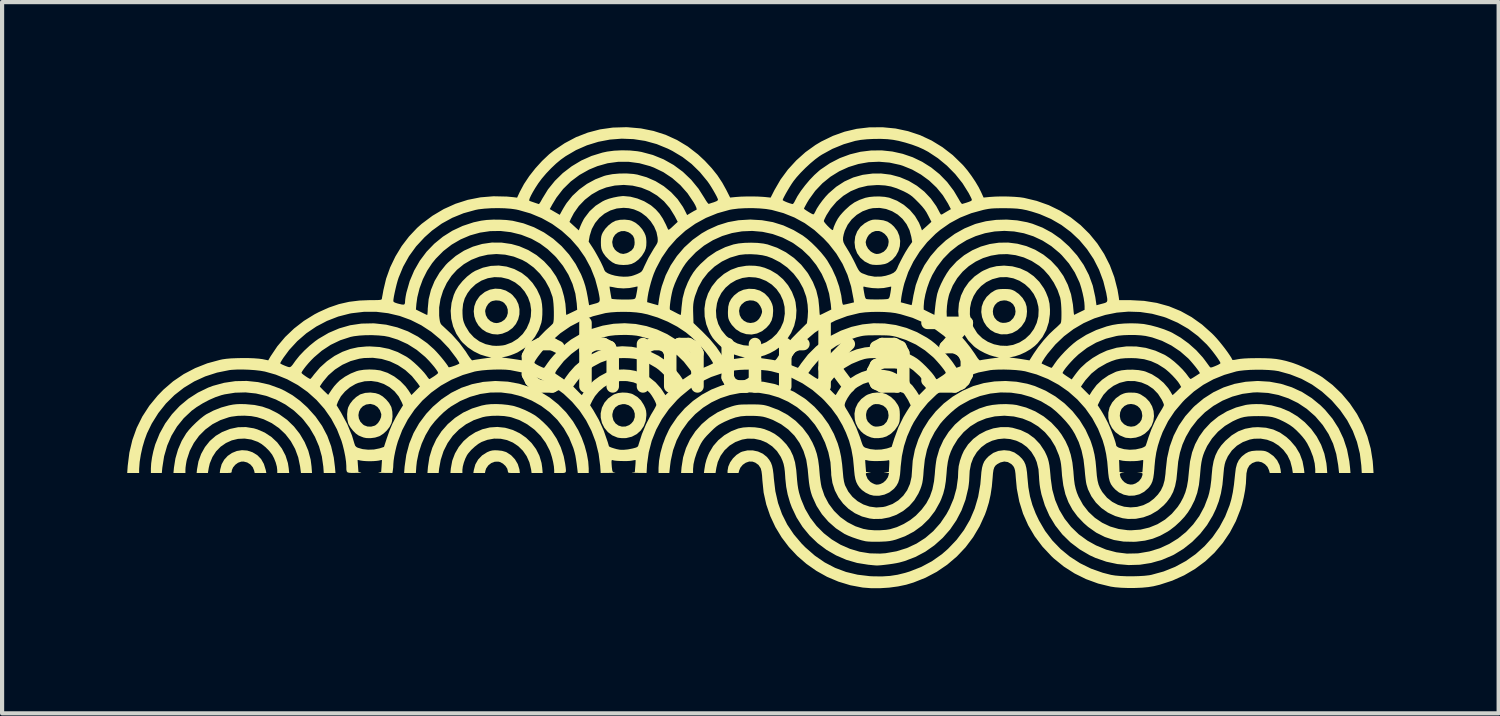
<source format=kicad_pcb>
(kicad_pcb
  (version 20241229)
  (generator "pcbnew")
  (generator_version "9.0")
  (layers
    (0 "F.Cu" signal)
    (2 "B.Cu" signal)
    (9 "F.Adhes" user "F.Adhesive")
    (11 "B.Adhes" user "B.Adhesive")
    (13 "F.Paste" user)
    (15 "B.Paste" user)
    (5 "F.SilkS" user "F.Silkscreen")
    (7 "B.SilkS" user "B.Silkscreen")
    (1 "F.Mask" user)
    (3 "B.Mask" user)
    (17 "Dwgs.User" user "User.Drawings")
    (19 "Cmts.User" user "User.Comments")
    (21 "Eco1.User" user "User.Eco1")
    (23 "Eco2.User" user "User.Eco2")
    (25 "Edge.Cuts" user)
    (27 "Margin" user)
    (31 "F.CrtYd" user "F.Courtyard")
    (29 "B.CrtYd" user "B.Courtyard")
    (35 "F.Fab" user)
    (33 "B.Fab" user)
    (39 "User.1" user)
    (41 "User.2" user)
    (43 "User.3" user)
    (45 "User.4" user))
  (footprint "chmurka3"
    (layer "F.Cu")
    (at 14.871 5.526)
    (property "Reference" "chmurka3" (at 0 0 0) (layer "F.SilkS") (effects (font (size 1.524 1.524) (thickness 0.3))))
    (attr board_only exclude_from_pos_files exclude_from_bom)
    (fp_poly (pts (xy -11.993 2.227) (xy -11.867 2.268) (xy -11.863 2.27) (xy -11.749 2.34) (xy -11.66 2.432) (xy -11.594 2.548) (xy -11.55 2.691) (xy -11.546 2.708) (xy -11.535 2.765) (xy -11.815 2.765) (xy -11.826 2.711) (xy -11.859 2.629) (xy -11.917 2.561) (xy -11.993 2.513) (xy -12.079 2.491) (xy -12.138 2.493) (xy -12.213 2.519) (xy -12.28 2.568) (xy -12.332 2.63) (xy -12.362 2.698) (xy -12.365 2.729) (xy -12.368 2.747) (xy -12.381 2.758) (xy -12.411 2.763) (xy -12.465 2.765) (xy -12.509 2.765) (xy -12.652 2.765) (xy -12.641 2.683) (xy -12.607 2.556) (xy -12.545 2.446) (xy -12.461 2.355) (xy -12.359 2.285) (xy -12.244 2.238) (xy -12.12 2.218)) (stroke (width 0) (type solid)) (fill yes) (layer "F.SilkS"))
    (fp_poly (pts (xy -5.992 2.222) (xy -5.883 2.234) (xy -5.798 2.259) (xy -5.774 2.269) (xy -5.664 2.341) (xy -5.573 2.438) (xy -5.506 2.551) (xy -5.468 2.674) (xy -5.466 2.687) (xy -5.456 2.765) (xy -5.599 2.765) (xy -5.67 2.765) (xy -5.713 2.762) (xy -5.734 2.754) (xy -5.742 2.74) (xy -5.742 2.729) (xy -5.758 2.662) (xy -5.801 2.596) (xy -5.862 2.54) (xy -5.934 2.502) (xy -5.969 2.493) (xy -6.057 2.495) (xy -6.14 2.526) (xy -6.211 2.581) (xy -6.263 2.654) (xy -6.282 2.711) (xy -6.293 2.765) (xy -6.571 2.765) (xy -6.559 2.691) (xy -6.523 2.559) (xy -6.456 2.442) (xy -6.362 2.344) (xy -6.246 2.27) (xy -6.234 2.264) (xy -6.171 2.238) (xy -6.117 2.225) (xy -6.057 2.22)) (stroke (width 0) (type solid)) (fill yes) (layer "F.SilkS"))
    (fp_poly (pts (xy -11.836 1.694) (xy -11.749 1.72) (xy -11.572 1.797) (xy -11.413 1.902) (xy -11.275 2.03) (xy -11.162 2.18) (xy -11.075 2.346) (xy -11.018 2.526) (xy -10.999 2.648) (xy -10.987 2.765) (xy -11.273 2.765) (xy -11.273 2.697) (xy -11.283 2.612) (xy -11.31 2.513) (xy -11.35 2.412) (xy -11.396 2.325) (xy -11.467 2.234) (xy -11.556 2.145) (xy -11.652 2.069) (xy -11.736 2.02) (xy -11.895 1.963) (xy -12.055 1.94) (xy -12.213 1.947) (xy -12.364 1.983) (xy -12.504 2.047) (xy -12.631 2.135) (xy -12.74 2.247) (xy -12.827 2.381) (xy -12.89 2.533) (xy -12.915 2.639) (xy -12.936 2.765) (xy -13.206 2.765) (xy -13.198 2.682) (xy -13.163 2.489) (xy -13.098 2.308) (xy -13.006 2.143) (xy -12.889 1.997) (xy -12.749 1.875) (xy -12.593 1.782) (xy -12.403 1.708) (xy -12.213 1.668) (xy -12.025 1.664)) (stroke (width 0) (type solid)) (fill yes) (layer "F.SilkS"))
    (fp_poly (pts (xy -5.811 1.68) (xy -5.628 1.733) (xy -5.459 1.813) (xy -5.307 1.919) (xy -5.176 2.046) (xy -5.068 2.192) (xy -4.987 2.353) (xy -4.936 2.525) (xy -4.92 2.638) (xy -4.909 2.765) (xy -5.175 2.765) (xy -5.186 2.682) (xy -5.226 2.513) (xy -5.293 2.362) (xy -5.384 2.231) (xy -5.495 2.122) (xy -5.623 2.036) (xy -5.765 1.976) (xy -5.916 1.944) (xy -6.074 1.941) (xy -6.235 1.97) (xy -6.373 2.021) (xy -6.453 2.068) (xy -6.54 2.136) (xy -6.624 2.214) (xy -6.692 2.293) (xy -6.723 2.337) (xy -6.764 2.42) (xy -6.799 2.515) (xy -6.824 2.609) (xy -6.834 2.689) (xy -6.834 2.697) (xy -6.834 2.765) (xy -7.121 2.765) (xy -7.111 2.655) (xy -7.077 2.47) (xy -7.012 2.298) (xy -6.921 2.141) (xy -6.806 2.001) (xy -6.671 1.883) (xy -6.519 1.787) (xy -6.353 1.716) (xy -6.177 1.673) (xy -5.994 1.661)) (stroke (width 0) (type solid)) (fill yes) (layer "F.SilkS"))
    (fp_poly (pts (xy -5.918 -1.647) (xy -5.793 -1.609) (xy -5.676 -1.539) (xy -5.631 -1.5) (xy -5.546 -1.397) (xy -5.491 -1.283) (xy -5.465 -1.161) (xy -5.467 -1.038) (xy -5.496 -0.918) (xy -5.551 -0.807) (xy -5.632 -0.711) (xy -5.737 -0.634) (xy -5.761 -0.622) (xy -5.878 -0.575) (xy -5.988 -0.556) (xy -6.102 -0.564) (xy -6.13 -0.57) (xy -6.256 -0.613) (xy -6.362 -0.682) (xy -6.448 -0.771) (xy -6.51 -0.875) (xy -6.549 -0.99) (xy -6.562 -1.11) (xy -6.562 -1.112) (xy -6.288 -1.112) (xy -6.272 -1.02) (xy -6.229 -0.939) (xy -6.163 -0.877) (xy -6.081 -0.838) (xy -6.016 -0.829) (xy -5.968 -0.836) (xy -5.91 -0.855) (xy -5.892 -0.863) (xy -5.818 -0.916) (xy -5.769 -0.987) (xy -5.745 -1.069) (xy -5.747 -1.155) (xy -5.774 -1.236) (xy -5.827 -1.306) (xy -5.87 -1.339) (xy -5.944 -1.367) (xy -6.031 -1.374) (xy -6.115 -1.359) (xy -6.16 -1.339) (xy -6.214 -1.29) (xy -6.258 -1.221) (xy -6.284 -1.147) (xy -6.288 -1.112) (xy -6.562 -1.112) (xy -6.548 -1.232) (xy -6.506 -1.349) (xy -6.434 -1.457) (xy -6.404 -1.49) (xy -6.295 -1.576) (xy -6.174 -1.631) (xy -6.047 -1.655)) (stroke (width 0) (type solid)) (fill yes) (layer "F.SilkS"))
    (fp_poly (pts (xy -2.885 0.841) (xy -2.786 0.862) (xy -2.747 0.877) (xy -2.637 0.943) (xy -2.553 1.025) (xy -2.486 1.13) (xy -2.48 1.141) (xy -2.447 1.213) (xy -2.43 1.274) (xy -2.423 1.339) (xy -2.422 1.383) (xy -2.438 1.519) (xy -2.485 1.642) (xy -2.559 1.749) (xy -2.655 1.834) (xy -2.771 1.895) (xy -2.903 1.927) (xy -2.93 1.929) (xy -3.007 1.93) (xy -3.083 1.922) (xy -3.118 1.915) (xy -3.241 1.863) (xy -3.346 1.784) (xy -3.429 1.683) (xy -3.488 1.566) (xy -3.517 1.438) (xy -3.518 1.354) (xy -3.238 1.354) (xy -3.237 1.409) (xy -3.213 1.502) (xy -3.163 1.576) (xy -3.094 1.627) (xy -3.012 1.653) (xy -2.922 1.651) (xy -2.836 1.618) (xy -2.783 1.577) (xy -2.738 1.524) (xy -2.732 1.515) (xy -2.701 1.427) (xy -2.701 1.341) (xy -2.727 1.26) (xy -2.777 1.191) (xy -2.846 1.141) (xy -2.93 1.115) (xy -2.994 1.114) (xy -3.09 1.138) (xy -3.165 1.189) (xy -3.215 1.263) (xy -3.238 1.354) (xy -3.518 1.354) (xy -3.518 1.335) (xy -3.489 1.2) (xy -3.428 1.08) (xy -3.339 0.977) (xy -3.222 0.894) (xy -3.19 0.877) (xy -3.101 0.848) (xy -2.994 0.836)) (stroke (width 0) (type solid)) (fill yes) (layer "F.SilkS"))
    (fp_poly (pts (xy 9.284 0.84) (xy 9.344 0.849) (xy 9.398 0.867) (xy 9.436 0.886) (xy 9.551 0.963) (xy 9.64 1.057) (xy 9.703 1.165) (xy 9.739 1.28) (xy 9.749 1.4) (xy 9.734 1.518) (xy 9.692 1.631) (xy 9.624 1.733) (xy 9.531 1.82) (xy 9.429 1.88) (xy 9.315 1.917) (xy 9.193 1.931) (xy 9.077 1.921) (xy 9.053 1.915) (xy 8.929 1.863) (xy 8.824 1.785) (xy 8.742 1.686) (xy 8.684 1.573) (xy 8.654 1.448) (xy 8.654 1.396) (xy 8.929 1.396) (xy 8.945 1.482) (xy 8.97 1.532) (xy 9.033 1.598) (xy 9.112 1.64) (xy 9.198 1.655) (xy 9.282 1.643) (xy 9.336 1.616) (xy 9.408 1.555) (xy 9.45 1.489) (xy 9.467 1.409) (xy 9.468 1.383) (xy 9.453 1.291) (xy 9.412 1.216) (xy 9.352 1.159) (xy 9.279 1.124) (xy 9.198 1.11) (xy 9.117 1.121) (xy 9.041 1.158) (xy 8.976 1.223) (xy 8.97 1.231) (xy 8.938 1.308) (xy 8.929 1.396) (xy 8.654 1.396) (xy 8.654 1.318) (xy 8.684 1.191) (xy 8.746 1.075) (xy 8.834 0.974) (xy 8.941 0.897) (xy 8.962 0.886) (xy 9.022 0.86) (xy 9.076 0.845) (xy 9.138 0.838) (xy 9.204 0.838)) (stroke (width 0) (type solid)) (fill yes) (layer "F.SilkS"))
    (fp_poly (pts (xy 6.238 -1.645) (xy 6.297 -1.639) (xy 6.344 -1.627) (xy 6.392 -1.606) (xy 6.404 -1.6) (xy 6.507 -1.528) (xy 6.598 -1.432) (xy 6.664 -1.323) (xy 6.664 -1.323) (xy 6.695 -1.223) (xy 6.704 -1.108) (xy 6.693 -0.992) (xy 6.662 -0.888) (xy 6.653 -0.868) (xy 6.573 -0.75) (xy 6.473 -0.658) (xy 6.356 -0.594) (xy 6.226 -0.561) (xy 6.086 -0.56) (xy 6.058 -0.564) (xy 5.935 -0.601) (xy 5.827 -0.665) (xy 5.738 -0.752) (xy 5.67 -0.856) (xy 5.626 -0.973) (xy 5.607 -1.096) (xy 5.609 -1.112) (xy 5.885 -1.112) (xy 5.894 -1.032) (xy 5.926 -0.957) (xy 5.983 -0.892) (xy 6.059 -0.847) (xy 6.123 -0.834) (xy 6.199 -0.838) (xy 6.27 -0.858) (xy 6.304 -0.876) (xy 6.376 -0.949) (xy 6.419 -1.034) (xy 6.429 -1.108) (xy 6.414 -1.204) (xy 6.37 -1.282) (xy 6.301 -1.338) (xy 6.212 -1.369) (xy 6.154 -1.374) (xy 6.062 -1.36) (xy 5.988 -1.32) (xy 5.933 -1.262) (xy 5.898 -1.191) (xy 5.885 -1.112) (xy 5.609 -1.112) (xy 5.618 -1.222) (xy 5.66 -1.342) (xy 5.735 -1.457) (xy 5.838 -1.553) (xy 5.922 -1.606) (xy 5.967 -1.627) (xy 6.015 -1.639) (xy 6.076 -1.645) (xy 6.156 -1.647)) (stroke (width 0) (type solid)) (fill yes) (layer "F.SilkS"))
    (fp_poly (pts (xy 3.136 -3.308) (xy 3.142 -3.308) (xy 3.261 -3.293) (xy 3.358 -3.262) (xy 3.444 -3.207) (xy 3.515 -3.142) (xy 3.594 -3.038) (xy 3.642 -2.922) (xy 3.663 -2.799) (xy 3.655 -2.675) (xy 3.621 -2.555) (xy 3.56 -2.444) (xy 3.475 -2.348) (xy 3.366 -2.273) (xy 3.362 -2.271) (xy 3.287 -2.244) (xy 3.192 -2.228) (xy 3.092 -2.223) (xy 2.998 -2.229) (xy 2.936 -2.244) (xy 2.81 -2.308) (xy 2.708 -2.396) (xy 2.631 -2.505) (xy 2.584 -2.63) (xy 2.569 -2.765) (xy 2.836 -2.765) (xy 2.851 -2.69) (xy 2.892 -2.614) (xy 2.951 -2.551) (xy 2.994 -2.523) (xy 3.052 -2.496) (xy 3.097 -2.486) (xy 3.144 -2.49) (xy 3.189 -2.501) (xy 3.269 -2.541) (xy 3.332 -2.605) (xy 3.373 -2.686) (xy 3.387 -2.776) (xy 3.381 -2.832) (xy 3.349 -2.902) (xy 3.293 -2.966) (xy 3.222 -3.015) (xy 3.155 -3.038) (xy 3.067 -3.036) (xy 2.983 -3.004) (xy 2.913 -2.945) (xy 2.876 -2.889) (xy 2.852 -2.833) (xy 2.838 -2.783) (xy 2.836 -2.765) (xy 2.569 -2.765) (xy 2.569 -2.766) (xy 2.585 -2.905) (xy 2.633 -3.029) (xy 2.71 -3.137) (xy 2.816 -3.225) (xy 2.902 -3.272) (xy 2.956 -3.294) (xy 3.005 -3.307) (xy 3.06 -3.311)) (stroke (width 0) (type solid)) (fill yes) (layer "F.SilkS"))
    (fp_poly (pts (xy 0.174 -1.645) (xy 0.302 -1.607) (xy 0.414 -1.539) (xy 0.507 -1.443) (xy 0.562 -1.355) (xy 0.593 -1.285) (xy 0.61 -1.224) (xy 0.616 -1.155) (xy 0.617 -1.119) (xy 0.608 -0.995) (xy 0.581 -0.893) (xy 0.531 -0.803) (xy 0.459 -0.721) (xy 0.351 -0.635) (xy 0.23 -0.58) (xy 0.102 -0.555) (xy -0.028 -0.564) (xy -0.029 -0.564) (xy -0.161 -0.608) (xy -0.277 -0.682) (xy -0.372 -0.783) (xy -0.415 -0.849) (xy -0.44 -0.898) (xy -0.456 -0.942) (xy -0.464 -0.992) (xy -0.467 -1.06) (xy -0.467 -1.101) (xy -0.466 -1.115) (xy -0.199 -1.115) (xy -0.185 -1.022) (xy -0.145 -0.944) (xy -0.084 -0.884) (xy -0.009 -0.845) (xy 0.074 -0.831) (xy 0.16 -0.845) (xy 0.229 -0.881) (xy 0.279 -0.931) (xy 0.321 -1) (xy 0.347 -1.072) (xy 0.352 -1.109) (xy 0.34 -1.171) (xy 0.307 -1.241) (xy 0.262 -1.303) (xy 0.221 -1.338) (xy 0.144 -1.368) (xy 0.056 -1.374) (xy -0.028 -1.356) (xy -0.071 -1.334) (xy -0.142 -1.274) (xy -0.183 -1.208) (xy -0.199 -1.128) (xy -0.199 -1.115) (xy -0.466 -1.115) (xy -0.46 -1.222) (xy -0.436 -1.319) (xy -0.392 -1.404) (xy -0.324 -1.487) (xy -0.315 -1.495) (xy -0.211 -1.578) (xy -0.094 -1.629) (xy 0.035 -1.652)) (stroke (width 0) (type solid)) (fill yes) (layer "F.SilkS"))
    (fp_poly (pts (xy -12.062 1.114) (xy -12.031 1.115) (xy -11.82 1.134) (xy -11.63 1.174) (xy -11.451 1.238) (xy -11.272 1.329) (xy -11.22 1.36) (xy -11.036 1.492) (xy -10.873 1.65) (xy -10.732 1.829) (xy -10.617 2.024) (xy -10.529 2.231) (xy -10.472 2.446) (xy -10.451 2.611) (xy -10.44 2.765) (xy -10.705 2.765) (xy -10.725 2.61) (xy -10.77 2.392) (xy -10.845 2.188) (xy -10.948 2.002) (xy -11.077 1.835) (xy -11.231 1.69) (xy -11.405 1.57) (xy -11.599 1.477) (xy -11.758 1.427) (xy -11.9 1.401) (xy -12.06 1.391) (xy -12.222 1.395) (xy -12.374 1.415) (xy -12.429 1.427) (xy -12.637 1.498) (xy -12.828 1.597) (xy -12.999 1.724) (xy -13.149 1.874) (xy -13.273 2.045) (xy -13.371 2.234) (xy -13.439 2.44) (xy -13.449 2.483) (xy -13.462 2.56) (xy -13.472 2.634) (xy -13.475 2.687) (xy -13.475 2.765) (xy -13.762 2.765) (xy -13.75 2.637) (xy -13.715 2.416) (xy -13.652 2.199) (xy -13.564 1.995) (xy -13.454 1.812) (xy -13.45 1.807) (xy -13.387 1.728) (xy -13.306 1.64) (xy -13.214 1.55) (xy -13.121 1.467) (xy -13.034 1.398) (xy -12.977 1.359) (xy -12.804 1.269) (xy -12.617 1.195) (xy -12.432 1.144) (xy -12.422 1.142) (xy -12.333 1.125) (xy -12.252 1.116) (xy -12.166 1.112)) (stroke (width 0) (type solid)) (fill yes) (layer "F.SilkS"))
    (fp_poly (pts (xy -11.734 0.586) (xy -11.467 0.646) (xy -11.209 0.74) (xy -11.097 0.793) (xy -10.908 0.901) (xy -10.729 1.033) (xy -10.552 1.193) (xy -10.541 1.205) (xy -10.353 1.415) (xy -10.198 1.637) (xy -10.074 1.873) (xy -9.981 2.125) (xy -9.918 2.394) (xy -9.89 2.62) (xy -9.877 2.765) (xy -10.158 2.765) (xy -10.169 2.611) (xy -10.204 2.368) (xy -10.271 2.128) (xy -10.37 1.898) (xy -10.498 1.68) (xy -10.652 1.481) (xy -10.689 1.44) (xy -10.875 1.267) (xy -11.081 1.121) (xy -11.304 1.004) (xy -11.539 0.916) (xy -11.783 0.859) (xy -12.033 0.833) (xy -12.285 0.84) (xy -12.536 0.88) (xy -12.612 0.899) (xy -12.752 0.946) (xy -12.905 1.013) (xy -13.059 1.094) (xy -13.203 1.183) (xy -13.326 1.273) (xy -13.516 1.452) (xy -13.677 1.651) (xy -13.809 1.87) (xy -13.912 2.108) (xy -13.986 2.364) (xy -14.029 2.638) (xy -14.03 2.647) (xy -14.041 2.765) (xy -14.303 2.765) (xy -14.303 2.655) (xy -14.296 2.534) (xy -14.276 2.393) (xy -14.245 2.246) (xy -14.206 2.104) (xy -14.197 2.075) (xy -14.093 1.818) (xy -13.96 1.578) (xy -13.799 1.358) (xy -13.614 1.159) (xy -13.405 0.985) (xy -13.176 0.838) (xy -12.929 0.718) (xy -12.814 0.675) (xy -12.549 0.603) (xy -12.278 0.563) (xy -12.005 0.558)) (stroke (width 0) (type solid)) (fill yes) (layer "F.SilkS"))
    (fp_poly (pts (xy -8.916 0.851) (xy -8.829 0.879) (xy -8.744 0.93) (xy -8.662 1.003) (xy -8.591 1.088) (xy -8.543 1.174) (xy -8.536 1.191) (xy -8.514 1.294) (xy -8.509 1.41) (xy -8.522 1.522) (xy -8.536 1.574) (xy -8.579 1.66) (xy -8.646 1.746) (xy -8.728 1.822) (xy -8.813 1.878) (xy -8.829 1.885) (xy -8.927 1.916) (xy -9.035 1.93) (xy -9.137 1.928) (xy -9.204 1.914) (xy -9.264 1.891) (xy -9.322 1.866) (xy -9.329 1.862) (xy -9.389 1.819) (xy -9.454 1.754) (xy -9.513 1.68) (xy -9.558 1.606) (xy -9.572 1.573) (xy -9.594 1.472) (xy -9.597 1.377) (xy -9.327 1.377) (xy -9.316 1.459) (xy -9.28 1.536) (xy -9.216 1.603) (xy -9.188 1.622) (xy -9.111 1.651) (xy -9.023 1.654) (xy -8.941 1.632) (xy -8.911 1.616) (xy -8.857 1.566) (xy -8.813 1.498) (xy -8.784 1.426) (xy -8.778 1.36) (xy -8.779 1.352) (xy -8.812 1.258) (xy -8.869 1.183) (xy -8.945 1.133) (xy -9.034 1.11) (xy -9.05 1.11) (xy -9.144 1.124) (xy -9.22 1.164) (xy -9.277 1.224) (xy -9.313 1.297) (xy -9.327 1.377) (xy -9.597 1.377) (xy -9.598 1.356) (xy -9.586 1.245) (xy -9.572 1.191) (xy -9.529 1.107) (xy -9.463 1.021) (xy -9.382 0.945) (xy -9.297 0.888) (xy -9.279 0.879) (xy -9.165 0.845) (xy -9.04 0.836)) (stroke (width 0) (type solid)) (fill yes) (layer "F.SilkS"))
    (fp_poly (pts (xy -5.745 0.575) (xy -5.475 0.624) (xy -5.217 0.705) (xy -4.972 0.815) (xy -4.744 0.954) (xy -4.535 1.121) (xy -4.346 1.313) (xy -4.18 1.53) (xy -4.054 1.743) (xy -3.972 1.922) (xy -3.903 2.111) (xy -3.851 2.303) (xy -3.817 2.488) (xy -3.805 2.656) (xy -3.805 2.663) (xy -3.805 2.765) (xy -4.067 2.765) (xy -4.077 2.682) (xy -4.094 2.546) (xy -4.11 2.438) (xy -4.125 2.349) (xy -4.143 2.273) (xy -4.163 2.202) (xy -4.175 2.163) (xy -4.275 1.918) (xy -4.402 1.693) (xy -4.556 1.492) (xy -4.737 1.313) (xy -4.944 1.157) (xy -5.17 1.03) (xy -5.412 0.931) (xy -5.659 0.866) (xy -5.91 0.834) (xy -6.16 0.836) (xy -6.408 0.871) (xy -6.651 0.94) (xy -6.886 1.04) (xy -7.11 1.173) (xy -7.171 1.217) (xy -7.277 1.304) (xy -7.388 1.411) (xy -7.495 1.526) (xy -7.585 1.639) (xy -7.609 1.673) (xy -7.718 1.858) (xy -7.81 2.062) (xy -7.88 2.274) (xy -7.925 2.485) (xy -7.939 2.611) (xy -7.949 2.765) (xy -8.231 2.765) (xy -8.219 2.611) (xy -8.179 2.329) (xy -8.108 2.061) (xy -8.005 1.808) (xy -7.87 1.571) (xy -7.704 1.349) (xy -7.546 1.18) (xy -7.331 0.995) (xy -7.102 0.843) (xy -6.86 0.723) (xy -6.604 0.636) (xy -6.337 0.581) (xy -6.057 0.56) (xy -6.024 0.56)) (stroke (width 0) (type solid)) (fill yes) (layer "F.SilkS"))
    (fp_poly (pts (xy 3.232 0.844) (xy 3.331 0.875) (xy 3.44 0.941) (xy 3.536 1.031) (xy 3.608 1.135) (xy 3.608 1.135) (xy 3.631 1.184) (xy 3.645 1.231) (xy 3.652 1.286) (xy 3.655 1.361) (xy 3.655 1.383) (xy 3.653 1.465) (xy 3.648 1.523) (xy 3.635 1.571) (xy 3.614 1.618) (xy 3.608 1.63) (xy 3.537 1.733) (xy 3.443 1.822) (xy 3.337 1.887) (xy 3.332 1.889) (xy 3.244 1.917) (xy 3.142 1.93) (xy 3.042 1.929) (xy 2.968 1.914) (xy 2.869 1.874) (xy 2.789 1.825) (xy 2.724 1.768) (xy 2.649 1.676) (xy 2.6 1.576) (xy 2.575 1.479) (xy 2.569 1.383) (xy 2.845 1.383) (xy 2.855 1.467) (xy 2.888 1.536) (xy 2.95 1.597) (xy 2.978 1.618) (xy 3.024 1.643) (xy 3.071 1.653) (xy 3.132 1.651) (xy 3.207 1.638) (xy 3.266 1.613) (xy 3.273 1.608) (xy 3.339 1.538) (xy 3.377 1.449) (xy 3.385 1.383) (xy 3.37 1.285) (xy 3.325 1.207) (xy 3.256 1.15) (xy 3.164 1.118) (xy 3.132 1.114) (xy 3.068 1.113) (xy 3.021 1.123) (xy 2.978 1.148) (xy 2.906 1.208) (xy 2.863 1.273) (xy 2.846 1.351) (xy 2.845 1.383) (xy 2.569 1.383) (xy 2.567 1.342) (xy 2.591 1.212) (xy 2.647 1.094) (xy 2.731 0.991) (xy 2.841 0.908) (xy 2.889 0.883) (xy 2.996 0.848) (xy 3.115 0.835)) (stroke (width 0) (type solid)) (fill yes) (layer "F.SilkS"))
    (fp_poly (pts (xy -5.885 1.118) (xy -5.749 1.132) (xy -5.627 1.153) (xy -5.593 1.161) (xy -5.471 1.2) (xy -5.338 1.254) (xy -5.209 1.317) (xy -5.097 1.381) (xy -5.077 1.394) (xy -4.993 1.459) (xy -4.899 1.543) (xy -4.805 1.635) (xy -4.722 1.727) (xy -4.692 1.765) (xy -4.573 1.946) (xy -4.476 2.148) (xy -4.405 2.363) (xy -4.37 2.543) (xy -4.357 2.635) (xy -4.351 2.697) (xy -4.354 2.736) (xy -4.37 2.756) (xy -4.402 2.764) (xy -4.453 2.766) (xy -4.492 2.765) (xy -4.633 2.765) (xy -4.633 2.694) (xy -4.64 2.607) (xy -4.659 2.499) (xy -4.687 2.385) (xy -4.722 2.275) (xy -4.741 2.225) (xy -4.836 2.042) (xy -4.959 1.874) (xy -5.107 1.725) (xy -5.276 1.6) (xy -5.46 1.5) (xy -5.656 1.431) (xy -5.702 1.42) (xy -5.831 1.4) (xy -5.978 1.392) (xy -6.128 1.395) (xy -6.268 1.41) (xy -6.349 1.427) (xy -6.558 1.497) (xy -6.748 1.597) (xy -6.917 1.723) (xy -7.065 1.873) (xy -7.188 2.046) (xy -7.285 2.238) (xy -7.353 2.447) (xy -7.391 2.655) (xy -7.403 2.765) (xy -7.672 2.765) (xy -7.66 2.62) (xy -7.624 2.385) (xy -7.556 2.162) (xy -7.459 1.954) (xy -7.334 1.764) (xy -7.184 1.593) (xy -7.011 1.444) (xy -6.817 1.318) (xy -6.603 1.219) (xy -6.373 1.148) (xy -6.263 1.126) (xy -6.155 1.115) (xy -6.025 1.112)) (stroke (width 0) (type solid)) (fill yes) (layer "F.SilkS"))
    (fp_poly (pts (xy -2.831 -3.298) (xy -2.778 -3.283) (xy -2.688 -3.238) (xy -2.6 -3.168) (xy -2.523 -3.081) (xy -2.472 -2.998) (xy -2.444 -2.934) (xy -2.429 -2.874) (xy -2.423 -2.803) (xy -2.422 -2.765) (xy -2.425 -2.685) (xy -2.436 -2.622) (xy -2.458 -2.562) (xy -2.472 -2.533) (xy -2.531 -2.439) (xy -2.609 -2.354) (xy -2.698 -2.286) (xy -2.778 -2.247) (xy -2.867 -2.228) (xy -2.972 -2.222) (xy -3.076 -2.229) (xy -3.165 -2.248) (xy -3.166 -2.249) (xy -3.242 -2.288) (xy -3.323 -2.351) (xy -3.398 -2.427) (xy -3.456 -2.508) (xy -3.466 -2.526) (xy -3.49 -2.578) (xy -3.504 -2.627) (xy -3.511 -2.686) (xy -3.513 -2.765) (xy -3.241 -2.765) (xy -3.225 -2.671) (xy -3.178 -2.591) (xy -3.131 -2.548) (xy -3.052 -2.501) (xy -2.977 -2.487) (xy -2.898 -2.504) (xy -2.854 -2.523) (xy -2.776 -2.573) (xy -2.729 -2.632) (xy -2.707 -2.708) (xy -2.704 -2.765) (xy -2.713 -2.855) (xy -2.744 -2.923) (xy -2.802 -2.977) (xy -2.855 -3.009) (xy -2.942 -3.036) (xy -3.028 -3.033) (xy -3.107 -3.002) (xy -3.173 -2.948) (xy -3.219 -2.875) (xy -3.24 -2.785) (xy -3.241 -2.765) (xy -3.513 -2.765) (xy -3.511 -2.846) (xy -3.504 -2.905) (xy -3.49 -2.954) (xy -3.466 -3.005) (xy -3.409 -3.09) (xy -3.334 -3.17) (xy -3.249 -3.237) (xy -3.166 -3.281) (xy -3.159 -3.283) (xy -3.057 -3.305) (xy -2.942 -3.31)) (stroke (width 0) (type solid)) (fill yes) (layer "F.SilkS"))
    (fp_poly (pts (xy 6.288 2.232) (xy 6.401 2.273) (xy 6.506 2.346) (xy 6.524 2.362) (xy 6.586 2.424) (xy 6.632 2.487) (xy 6.665 2.558) (xy 6.688 2.644) (xy 6.704 2.751) (xy 6.714 2.87) (xy 6.737 3.11) (xy 6.776 3.328) (xy 6.833 3.532) (xy 6.911 3.734) (xy 6.99 3.901) (xy 7.137 4.153) (xy 7.311 4.383) (xy 7.511 4.59) (xy 7.733 4.772) (xy 7.977 4.929) (xy 8.239 5.058) (xy 8.519 5.157) (xy 8.719 5.208) (xy 8.819 5.224) (xy 8.945 5.235) (xy 9.087 5.241) (xy 9.236 5.242) (xy 9.383 5.238) (xy 9.519 5.23) (xy 9.634 5.217) (xy 9.687 5.207) (xy 9.979 5.127) (xy 10.255 5.016) (xy 10.511 4.877) (xy 10.747 4.711) (xy 10.961 4.52) (xy 11.152 4.306) (xy 11.317 4.068) (xy 11.455 3.81) (xy 11.562 3.538) (xy 11.604 3.393) (xy 11.639 3.229) (xy 11.667 3.042) (xy 11.69 2.826) (xy 11.694 2.789) (xy 11.711 2.653) (xy 11.74 2.544) (xy 11.783 2.456) (xy 11.842 2.383) (xy 11.867 2.359) (xy 11.944 2.299) (xy 12.016 2.26) (xy 12.096 2.238) (xy 12.194 2.229) (xy 12.242 2.228) (xy 12.324 2.229) (xy 12.381 2.234) (xy 12.426 2.244) (xy 12.469 2.262) (xy 12.503 2.28) (xy 12.615 2.36) (xy 12.701 2.46) (xy 12.759 2.576) (xy 12.783 2.679) (xy 12.793 2.765) (xy 12.525 2.765) (xy 12.506 2.696) (xy 12.47 2.618) (xy 12.41 2.554) (xy 12.335 2.509) (xy 12.254 2.49) (xy 12.194 2.494) (xy 12.103 2.529) (xy 12.036 2.585) (xy 11.99 2.666) (xy 11.966 2.773) (xy 11.96 2.875) (xy 11.953 3.017) (xy 11.933 3.179) (xy 11.901 3.349) (xy 11.861 3.515) (xy 11.827 3.627) (xy 11.712 3.92) (xy 11.568 4.193) (xy 11.396 4.446) (xy 11.2 4.676) (xy 10.979 4.883) (xy 10.736 5.064) (xy 10.472 5.219) (xy 10.189 5.346) (xy 9.888 5.444) (xy 9.736 5.481) (xy 9.612 5.501) (xy 9.463 5.515) (xy 9.299 5.522) (xy 9.13 5.523) (xy 8.966 5.517) (xy 8.817 5.505) (xy 8.71 5.489) (xy 8.41 5.416) (xy 8.12 5.31) (xy 7.845 5.174) (xy 7.587 5.009) (xy 7.349 4.816) (xy 7.295 4.765) (xy 7.075 4.531) (xy 6.888 4.283) (xy 6.733 4.02) (xy 6.61 3.743) (xy 6.519 3.45) (xy 6.46 3.143) (xy 6.436 2.889) (xy 6.428 2.782) (xy 6.417 2.703) (xy 6.4 2.645) (xy 6.375 2.6) (xy 6.339 2.561) (xy 6.325 2.549) (xy 6.245 2.503) (xy 6.158 2.49) (xy 6.067 2.512) (xy 6.047 2.522) (xy 5.989 2.554) (xy 5.947 2.589) (xy 5.919 2.632) (xy 5.9 2.692) (xy 5.888 2.774) (xy 5.881 2.866) (xy 5.861 3.089) (xy 5.831 3.288) (xy 5.79 3.473) (xy 5.735 3.653) (xy 5.696 3.761) (xy 5.569 4.041) (xy 5.413 4.304) (xy 5.231 4.546) (xy 5.023 4.766) (xy 4.792 4.963) (xy 4.541 5.134) (xy 4.27 5.277) (xy 3.983 5.391) (xy 3.808 5.444) (xy 3.613 5.485) (xy 3.398 5.514) (xy 3.175 5.528) (xy 2.958 5.527) (xy 2.765 5.512) (xy 2.468 5.457) (xy 2.182 5.37) (xy 1.91 5.255) (xy 1.654 5.112) (xy 1.415 4.944) (xy 1.195 4.753) (xy 0.996 4.541) (xy 0.821 4.31) (xy 0.671 4.062) (xy 0.548 3.798) (xy 0.453 3.522) (xy 0.389 3.235) (xy 0.359 2.942) (xy 0.351 2.821) (xy 0.339 2.73) (xy 0.323 2.665) (xy 0.316 2.647) (xy 0.266 2.572) (xy 0.19 2.517) (xy 0.121 2.492) (xy 0.041 2.491) (xy -0.04 2.519) (xy -0.112 2.569) (xy -0.168 2.637) (xy -0.195 2.699) (xy -0.213 2.765) (xy -0.476 2.765) (xy -0.476 2.713) (xy -0.459 2.613) (xy -0.415 2.511) (xy -0.347 2.415) (xy -0.262 2.332) (xy -0.165 2.27) (xy -0.128 2.254) (xy -0.002 2.224) (xy 0.128 2.223) (xy 0.254 2.25) (xy 0.37 2.303) (xy 0.467 2.38) (xy 0.479 2.394) (xy 0.527 2.455) (xy 0.564 2.518) (xy 0.591 2.591) (xy 0.61 2.679) (xy 0.625 2.791) (xy 0.634 2.899) (xy 0.67 3.202) (xy 0.735 3.486) (xy 0.83 3.752) (xy 0.955 4.002) (xy 1.112 4.236) (xy 1.3 4.458) (xy 1.391 4.55) (xy 1.617 4.747) (xy 1.854 4.91) (xy 2.103 5.04) (xy 2.365 5.138) (xy 2.641 5.204) (xy 2.934 5.239) (xy 3.021 5.243) (xy 3.231 5.245) (xy 3.42 5.233) (xy 3.6 5.205) (xy 3.783 5.16) (xy 3.893 5.126) (xy 4.168 5.018) (xy 4.424 4.881) (xy 4.66 4.715) (xy 4.809 4.585) (xy 5.016 4.368) (xy 5.192 4.134) (xy 5.337 3.885) (xy 5.45 3.619) (xy 5.533 3.336) (xy 5.585 3.037) (xy 5.599 2.878) (xy 5.61 2.745) (xy 5.626 2.639) (xy 5.649 2.556) (xy 5.68 2.487) (xy 5.724 2.427) (xy 5.781 2.368) (xy 5.785 2.364) (xy 5.896 2.283) (xy 6.017 2.236) (xy 6.151 2.219) (xy 6.158 2.219)) (stroke (width 0) (type solid)) (fill yes) (layer "F.SilkS"))
    (fp_poly (pts (xy 0.179 1.67) (xy 0.314 1.689) (xy 0.405 1.713) (xy 0.539 1.766) (xy 0.652 1.826) (xy 0.755 1.901) (xy 0.82 1.959) (xy 0.936 2.081) (xy 1.027 2.21) (xy 1.094 2.351) (xy 1.142 2.509) (xy 1.171 2.692) (xy 1.18 2.797) (xy 1.191 2.935) (xy 1.203 3.047) (xy 1.218 3.144) (xy 1.238 3.234) (xy 1.265 3.327) (xy 1.286 3.391) (xy 1.383 3.624) (xy 1.508 3.839) (xy 1.658 4.035) (xy 1.831 4.209) (xy 2.023 4.359) (xy 2.233 4.485) (xy 2.457 4.583) (xy 2.691 4.653) (xy 2.934 4.692) (xy 3.183 4.698) (xy 3.311 4.689) (xy 3.574 4.643) (xy 3.822 4.566) (xy 4.053 4.459) (xy 4.265 4.323) (xy 4.456 4.16) (xy 4.626 3.969) (xy 4.772 3.753) (xy 4.844 3.62) (xy 4.946 3.378) (xy 5.014 3.132) (xy 5.049 2.878) (xy 5.055 2.721) (xy 5.066 2.603) (xy 5.097 2.47) (xy 5.144 2.335) (xy 5.191 2.232) (xy 5.29 2.081) (xy 5.415 1.949) (xy 5.561 1.839) (xy 5.723 1.754) (xy 5.896 1.695) (xy 6.076 1.665) (xy 6.258 1.666) (xy 6.358 1.681) (xy 6.554 1.737) (xy 6.73 1.821) (xy 6.883 1.934) (xy 7.015 2.073) (xy 7.125 2.24) (xy 7.152 2.295) (xy 7.182 2.361) (xy 7.206 2.427) (xy 7.225 2.499) (xy 7.241 2.583) (xy 7.254 2.685) (xy 7.266 2.813) (xy 7.273 2.898) (xy 7.31 3.162) (xy 7.379 3.413) (xy 7.478 3.647) (xy 7.607 3.863) (xy 7.763 4.06) (xy 7.946 4.236) (xy 8.155 4.388) (xy 8.358 4.501) (xy 8.601 4.602) (xy 8.848 4.667) (xy 9.098 4.698) (xy 9.35 4.693) (xy 9.383 4.69) (xy 9.64 4.646) (xy 9.884 4.571) (xy 10.114 4.466) (xy 10.326 4.335) (xy 10.519 4.178) (xy 10.689 3.998) (xy 10.836 3.797) (xy 10.955 3.576) (xy 11.046 3.338) (xy 11.072 3.246) (xy 11.101 3.103) (xy 11.123 2.934) (xy 11.132 2.818) (xy 11.15 2.634) (xy 11.179 2.477) (xy 11.223 2.34) (xy 11.282 2.219) (xy 11.361 2.105) (xy 11.462 1.993) (xy 11.466 1.99) (xy 11.613 1.862) (xy 11.768 1.767) (xy 11.933 1.705) (xy 12.113 1.672) (xy 12.242 1.666) (xy 12.435 1.68) (xy 12.609 1.723) (xy 12.77 1.796) (xy 12.922 1.902) (xy 13.018 1.99) (xy 13.147 2.141) (xy 13.244 2.304) (xy 13.31 2.483) (xy 13.344 2.664) (xy 13.356 2.765) (xy 13.078 2.765) (xy 13.059 2.644) (xy 13.017 2.483) (xy 12.947 2.338) (xy 12.852 2.212) (xy 12.737 2.107) (xy 12.606 2.024) (xy 12.461 1.968) (xy 12.307 1.941) (xy 12.147 1.944) (xy 12.043 1.964) (xy 11.88 2.024) (xy 11.737 2.111) (xy 11.616 2.225) (xy 11.52 2.364) (xy 11.466 2.482) (xy 11.445 2.554) (xy 11.428 2.649) (xy 11.416 2.773) (xy 11.412 2.818) (xy 11.39 3.048) (xy 11.354 3.253) (xy 11.303 3.443) (xy 11.234 3.626) (xy 11.157 3.788) (xy 11.021 4.014) (xy 10.856 4.225) (xy 10.666 4.416) (xy 10.456 4.583) (xy 10.23 4.722) (xy 10.19 4.742) (xy 9.938 4.849) (xy 9.677 4.923) (xy 9.41 4.965) (xy 9.14 4.973) (xy 8.871 4.949) (xy 8.606 4.892) (xy 8.347 4.802) (xy 8.208 4.738) (xy 7.966 4.596) (xy 7.746 4.429) (xy 7.552 4.239) (xy 7.384 4.026) (xy 7.243 3.794) (xy 7.132 3.543) (xy 7.05 3.276) (xy 7.02 3.129) (xy 7.007 3.042) (xy 6.998 2.952) (xy 6.993 2.877) (xy 6.993 2.864) (xy 6.979 2.675) (xy 6.938 2.505) (xy 6.894 2.399) (xy 6.808 2.258) (xy 6.702 2.143) (xy 6.579 2.053) (xy 6.445 1.99) (xy 6.302 1.952) (xy 6.156 1.939) (xy 6.009 1.953) (xy 5.866 1.992) (xy 5.732 2.056) (xy 5.609 2.147) (xy 5.502 2.263) (xy 5.416 2.403) (xy 5.362 2.545) (xy 5.33 2.711) (xy 5.32 2.891) (xy 5.317 2.957) (xy 5.308 3.041) (xy 5.296 3.127) (xy 5.293 3.14) (xy 5.229 3.408) (xy 5.134 3.662) (xy 5.01 3.9) (xy 4.859 4.121) (xy 4.683 4.321) (xy 4.484 4.499) (xy 4.265 4.653) (xy 4.027 4.779) (xy 3.773 4.876) (xy 3.644 4.912) (xy 3.577 4.926) (xy 3.49 4.941) (xy 3.393 4.955) (xy 3.295 4.967) (xy 3.205 4.977) (xy 3.132 4.982) (xy 3.084 4.983) (xy 3.083 4.982) (xy 3.054 4.98) (xy 3 4.975) (xy 2.93 4.968) (xy 2.898 4.965) (xy 2.63 4.922) (xy 2.372 4.847) (xy 2.127 4.741) (xy 1.897 4.608) (xy 1.684 4.448) (xy 1.492 4.264) (xy 1.323 4.059) (xy 1.18 3.833) (xy 1.065 3.59) (xy 1.022 3.474) (xy 0.966 3.282) (xy 0.93 3.096) (xy 0.909 2.898) (xy 0.907 2.862) (xy 0.898 2.733) (xy 0.885 2.631) (xy 0.867 2.546) (xy 0.841 2.469) (xy 0.806 2.391) (xy 0.798 2.375) (xy 0.709 2.24) (xy 0.595 2.127) (xy 0.463 2.038) (xy 0.317 1.977) (xy 0.161 1.944) (xy 0.000285 1.942) (xy -0.129 1.964) (xy -0.287 2.022) (xy -0.428 2.109) (xy -0.548 2.221) (xy -0.643 2.353) (xy -0.711 2.503) (xy -0.744 2.64) (xy -0.764 2.765) (xy -1.043 2.765) (xy -1.032 2.682) (xy -1.011 2.554) (xy -0.982 2.445) (xy -0.941 2.337) (xy -0.912 2.274) (xy -0.82 2.119) (xy -0.699 1.98) (xy -0.554 1.861) (xy -0.39 1.765) (xy -0.22 1.698) (xy -0.101 1.674) (xy 0.036 1.665)) (stroke (width 0) (type solid)) (fill yes) (layer "F.SilkS"))
    (fp_poly (pts (xy 0.386 0.578) (xy 0.64 0.629) (xy 0.889 0.712) (xy 1.131 0.826) (xy 1.363 0.972) (xy 1.406 1.003) (xy 1.607 1.177) (xy 1.788 1.375) (xy 1.945 1.593) (xy 2.073 1.827) (xy 2.166 2.057) (xy 2.211 2.211) (xy 2.246 2.375) (xy 2.271 2.556) (xy 2.288 2.739) (xy 2.3 2.87) (xy 2.316 2.97) (xy 2.336 3.046) (xy 2.342 3.063) (xy 2.418 3.21) (xy 2.519 3.337) (xy 2.641 3.441) (xy 2.78 3.52) (xy 2.93 3.571) (xy 3.089 3.592) (xy 3.251 3.581) (xy 3.32 3.566) (xy 3.48 3.508) (xy 3.619 3.421) (xy 3.737 3.31) (xy 3.831 3.178) (xy 3.898 3.026) (xy 3.936 2.859) (xy 3.945 2.736) (xy 3.964 2.468) (xy 4.016 2.206) (xy 4.1 1.955) (xy 4.213 1.716) (xy 4.353 1.492) (xy 4.519 1.285) (xy 4.708 1.099) (xy 4.92 0.936) (xy 5.151 0.798) (xy 5.4 0.688) (xy 5.421 0.68) (xy 5.667 0.61) (xy 5.925 0.57) (xy 6.19 0.559) (xy 6.453 0.577) (xy 6.709 0.625) (xy 6.891 0.68) (xy 7.146 0.79) (xy 7.383 0.928) (xy 7.6 1.093) (xy 7.794 1.282) (xy 7.964 1.494) (xy 8.107 1.726) (xy 8.221 1.975) (xy 8.241 2.029) (xy 8.288 2.178) (xy 8.323 2.327) (xy 8.348 2.486) (xy 8.365 2.666) (xy 8.367 2.695) (xy 8.379 2.835) (xy 8.396 2.948) (xy 8.42 3.043) (xy 8.454 3.126) (xy 8.5 3.207) (xy 8.517 3.232) (xy 8.622 3.358) (xy 8.747 3.457) (xy 8.885 3.529) (xy 9.034 3.574) (xy 9.188 3.59) (xy 9.342 3.578) (xy 9.493 3.537) (xy 9.635 3.467) (xy 9.748 3.38) (xy 9.842 3.283) (xy 9.914 3.182) (xy 9.967 3.069) (xy 10.003 2.94) (xy 10.024 2.786) (xy 10.03 2.704) (xy 10.063 2.409) (xy 10.126 2.132) (xy 10.22 1.872) (xy 10.344 1.629) (xy 10.499 1.404) (xy 10.685 1.197) (xy 10.726 1.157) (xy 10.94 0.979) (xy 11.171 0.831) (xy 11.417 0.714) (xy 11.677 0.629) (xy 11.948 0.578) (xy 12.229 0.559) (xy 12.242 0.559) (xy 12.522 0.576) (xy 12.794 0.627) (xy 13.053 0.71) (xy 13.3 0.824) (xy 13.531 0.97) (xy 13.744 1.145) (xy 13.851 1.251) (xy 14.029 1.464) (xy 14.175 1.693) (xy 14.291 1.938) (xy 14.377 2.2) (xy 14.432 2.481) (xy 14.451 2.647) (xy 14.46 2.765) (xy 14.187 2.765) (xy 14.165 2.573) (xy 14.119 2.309) (xy 14.043 2.061) (xy 13.934 1.83) (xy 13.795 1.615) (xy 13.624 1.415) (xy 13.606 1.397) (xy 13.413 1.228) (xy 13.201 1.087) (xy 12.973 0.976) (xy 12.733 0.895) (xy 12.484 0.846) (xy 12.229 0.831) (xy 12.123 0.835) (xy 11.87 0.868) (xy 11.626 0.934) (xy 11.392 1.031) (xy 11.173 1.157) (xy 10.972 1.309) (xy 10.793 1.486) (xy 10.638 1.686) (xy 10.622 1.711) (xy 10.515 1.895) (xy 10.432 2.082) (xy 10.371 2.279) (xy 10.329 2.493) (xy 10.306 2.731) (xy 10.306 2.731) (xy 10.287 2.919) (xy 10.255 3.079) (xy 10.208 3.219) (xy 10.142 3.344) (xy 10.056 3.461) (xy 9.982 3.541) (xy 9.836 3.665) (xy 9.672 3.762) (xy 9.496 3.828) (xy 9.313 3.864) (xy 9.126 3.867) (xy 8.999 3.85) (xy 8.814 3.796) (xy 8.642 3.714) (xy 8.488 3.605) (xy 8.355 3.474) (xy 8.247 3.323) (xy 8.166 3.156) (xy 8.13 3.038) (xy 8.119 2.981) (xy 8.108 2.898) (xy 8.097 2.801) (xy 8.088 2.7) (xy 8.087 2.683) (xy 8.059 2.442) (xy 8.012 2.225) (xy 7.944 2.023) (xy 7.851 1.83) (xy 7.793 1.732) (xy 7.721 1.629) (xy 7.627 1.517) (xy 7.52 1.403) (xy 7.41 1.298) (xy 7.305 1.21) (xy 7.266 1.181) (xy 7.043 1.047) (xy 6.808 0.946) (xy 6.566 0.876) (xy 6.319 0.839) (xy 6.069 0.834) (xy 5.822 0.861) (xy 5.578 0.92) (xy 5.341 1.011) (xy 5.115 1.135) (xy 5.066 1.167) (xy 4.978 1.234) (xy 4.879 1.319) (xy 4.779 1.414) (xy 4.69 1.508) (xy 4.624 1.585) (xy 4.49 1.784) (xy 4.384 1.989) (xy 4.306 2.207) (xy 4.254 2.443) (xy 4.227 2.69) (xy 4.218 2.819) (xy 4.207 2.921) (xy 4.193 3.005) (xy 4.173 3.079) (xy 4.147 3.152) (xy 4.111 3.232) (xy 4.099 3.259) (xy 4.002 3.419) (xy 3.88 3.559) (xy 3.736 3.675) (xy 3.575 3.767) (xy 3.401 3.83) (xy 3.218 3.865) (xy 3.029 3.868) (xy 2.93 3.856) (xy 2.747 3.808) (xy 2.578 3.73) (xy 2.426 3.626) (xy 2.294 3.498) (xy 2.183 3.349) (xy 2.097 3.184) (xy 2.039 3.004) (xy 2.01 2.815) (xy 2.008 2.743) (xy 1.991 2.506) (xy 1.941 2.269) (xy 1.861 2.036) (xy 1.753 1.814) (xy 1.619 1.607) (xy 1.461 1.42) (xy 1.388 1.348) (xy 1.189 1.186) (xy 0.977 1.056) (xy 0.754 0.955) (xy 0.523 0.885) (xy 0.288 0.844) (xy 0.051 0.833) (xy -0.185 0.85) (xy -0.418 0.896) (xy -0.644 0.97) (xy -0.86 1.071) (xy -1.063 1.199) (xy -1.252 1.355) (xy -1.421 1.536) (xy -1.57 1.744) (xy -1.582 1.763) (xy -1.697 1.983) (xy -1.782 2.218) (xy -1.838 2.471) (xy -1.853 2.585) (xy -1.873 2.765) (xy -2.131 2.765) (xy -2.131 2.644) (xy -2.119 2.473) (xy -2.086 2.286) (xy -2.033 2.093) (xy -1.963 1.903) (xy -1.88 1.725) (xy -1.836 1.647) (xy -1.68 1.418) (xy -1.502 1.215) (xy -1.305 1.038) (xy -1.092 0.888) (xy -0.865 0.765) (xy -0.626 0.67) (xy -0.38 0.603) (xy -0.127 0.565) (xy 0.129 0.556)) (stroke (width 0) (type solid)) (fill yes) (layer "F.SilkS"))
    (fp_poly (pts (xy 12.305 1.114) (xy 12.33 1.115) (xy 12.563 1.143) (xy 12.785 1.203) (xy 12.994 1.291) (xy 13.188 1.407) (xy 13.363 1.547) (xy 13.518 1.709) (xy 13.65 1.89) (xy 13.756 2.089) (xy 13.834 2.302) (xy 13.882 2.528) (xy 13.892 2.62) (xy 13.903 2.765) (xy 13.616 2.765) (xy 13.616 2.676) (xy 13.602 2.534) (xy 13.563 2.375) (xy 13.498 2.207) (xy 13.474 2.156) (xy 13.422 2.054) (xy 13.368 1.97) (xy 13.304 1.89) (xy 13.253 1.833) (xy 13.164 1.742) (xy 13.085 1.672) (xy 13.006 1.615) (xy 12.916 1.562) (xy 12.847 1.526) (xy 12.75 1.48) (xy 12.665 1.447) (xy 12.582 1.424) (xy 12.494 1.41) (xy 12.389 1.403) (xy 12.26 1.401) (xy 12.242 1.401) (xy 12.11 1.403) (xy 12.004 1.409) (xy 11.914 1.422) (xy 11.831 1.443) (xy 11.747 1.475) (xy 11.651 1.519) (xy 11.636 1.526) (xy 11.45 1.637) (xy 11.283 1.775) (xy 11.14 1.937) (xy 11.023 2.118) (xy 10.958 2.258) (xy 10.928 2.338) (xy 10.905 2.418) (xy 10.887 2.505) (xy 10.872 2.607) (xy 10.86 2.731) (xy 10.851 2.836) (xy 10.827 3.051) (xy 10.785 3.243) (xy 10.722 3.42) (xy 10.636 3.591) (xy 10.563 3.708) (xy 10.479 3.817) (xy 10.373 3.93) (xy 10.255 4.039) (xy 10.135 4.132) (xy 10.076 4.171) (xy 9.896 4.27) (xy 9.718 4.341) (xy 9.532 4.387) (xy 9.328 4.412) (xy 9.265 4.415) (xy 9.021 4.41) (xy 8.79 4.372) (xy 8.572 4.3) (xy 8.365 4.196) (xy 8.17 4.058) (xy 8.065 3.966) (xy 7.915 3.808) (xy 7.793 3.643) (xy 7.697 3.466) (xy 7.624 3.274) (xy 7.574 3.06) (xy 7.543 2.822) (xy 7.539 2.76) (xy 7.53 2.644) (xy 7.52 2.553) (xy 7.507 2.477) (xy 7.489 2.405) (xy 7.468 2.338) (xy 7.382 2.131) (xy 7.269 1.946) (xy 7.132 1.785) (xy 6.973 1.649) (xy 6.794 1.54) (xy 6.599 1.46) (xy 6.389 1.41) (xy 6.166 1.392) (xy 6.156 1.392) (xy 5.933 1.408) (xy 5.722 1.457) (xy 5.525 1.537) (xy 5.345 1.647) (xy 5.185 1.785) (xy 5.045 1.95) (xy 4.933 2.132) (xy 4.878 2.25) (xy 4.836 2.368) (xy 4.806 2.497) (xy 4.785 2.645) (xy 4.774 2.783) (xy 4.757 2.964) (xy 4.732 3.119) (xy 4.696 3.26) (xy 4.646 3.396) (xy 4.614 3.467) (xy 4.497 3.677) (xy 4.353 3.865) (xy 4.184 4.03) (xy 3.992 4.17) (xy 3.779 4.282) (xy 3.563 4.361) (xy 3.485 4.382) (xy 3.41 4.397) (xy 3.327 4.406) (xy 3.226 4.411) (xy 3.171 4.413) (xy 3.073 4.414) (xy 2.978 4.413) (xy 2.898 4.409) (xy 2.841 4.403) (xy 2.838 4.403) (xy 2.744 4.381) (xy 2.635 4.348) (xy 2.521 4.309) (xy 2.416 4.267) (xy 2.332 4.228) (xy 2.325 4.224) (xy 2.123 4.092) (xy 1.943 3.934) (xy 1.787 3.754) (xy 1.659 3.555) (xy 1.561 3.34) (xy 1.547 3.303) (xy 1.525 3.234) (xy 1.507 3.163) (xy 1.491 3.084) (xy 1.477 2.992) (xy 1.465 2.879) (xy 1.452 2.741) (xy 1.446 2.673) (xy 1.411 2.447) (xy 1.345 2.237) (xy 1.251 2.045) (xy 1.129 1.872) (xy 0.98 1.722) (xy 0.807 1.595) (xy 0.61 1.493) (xy 0.515 1.457) (xy 0.442 1.433) (xy 0.377 1.416) (xy 0.309 1.406) (xy 0.228 1.399) (xy 0.138 1.395) (xy -0.021 1.395) (xy -0.158 1.406) (xy -0.284 1.433) (xy -0.412 1.477) (xy -0.546 1.536) (xy -0.627 1.577) (xy -0.691 1.613) (xy -0.747 1.653) (xy -0.805 1.703) (xy -0.874 1.77) (xy -0.899 1.795) (xy -0.975 1.872) (xy -1.031 1.936) (xy -1.075 1.995) (xy -1.114 2.058) (xy -1.151 2.131) (xy -1.214 2.276) (xy -1.262 2.42) (xy -1.293 2.556) (xy -1.303 2.671) (xy -1.303 2.765) (xy -1.59 2.765) (xy -1.579 2.626) (xy -1.542 2.391) (xy -1.473 2.168) (xy -1.375 1.959) (xy -1.248 1.767) (xy -1.095 1.593) (xy -0.918 1.442) (xy -0.719 1.313) (xy -0.499 1.211) (xy -0.375 1.168) (xy -0.313 1.15) (xy -0.259 1.138) (xy -0.205 1.129) (xy -0.141 1.124) (xy -0.061 1.122) (xy 0.044 1.121) (xy 0.07 1.121) (xy 0.182 1.121) (xy 0.267 1.123) (xy 0.334 1.128) (xy 0.39 1.135) (xy 0.444 1.147) (xy 0.504 1.164) (xy 0.52 1.169) (xy 0.752 1.257) (xy 0.965 1.372) (xy 1.156 1.514) (xy 1.324 1.681) (xy 1.466 1.87) (xy 1.559 2.034) (xy 1.619 2.17) (xy 1.664 2.305) (xy 1.696 2.45) (xy 1.718 2.614) (xy 1.727 2.724) (xy 1.736 2.829) (xy 1.749 2.935) (xy 1.763 3.03) (xy 1.778 3.104) (xy 1.779 3.109) (xy 1.849 3.314) (xy 1.949 3.502) (xy 2.076 3.672) (xy 2.227 3.821) (xy 2.4 3.945) (xy 2.591 4.043) (xy 2.778 4.105) (xy 2.898 4.127) (xy 3.038 4.138) (xy 3.185 4.138) (xy 3.326 4.128) (xy 3.423 4.112) (xy 3.584 4.063) (xy 3.748 3.988) (xy 3.904 3.894) (xy 4.038 3.788) (xy 4.041 3.785) (xy 4.18 3.64) (xy 4.291 3.491) (xy 4.375 3.333) (xy 4.436 3.158) (xy 4.475 2.963) (xy 4.493 2.792) (xy 4.501 2.688) (xy 4.512 2.583) (xy 4.525 2.489) (xy 4.537 2.418) (xy 4.538 2.413) (xy 4.604 2.187) (xy 4.701 1.975) (xy 4.826 1.78) (xy 4.976 1.604) (xy 5.15 1.45) (xy 5.344 1.321) (xy 5.556 1.22) (xy 5.739 1.16) (xy 5.878 1.133) (xy 6.036 1.117) (xy 6.201 1.113) (xy 6.357 1.122) (xy 6.455 1.135) (xy 6.684 1.196) (xy 6.901 1.287) (xy 7.103 1.408) (xy 7.286 1.555) (xy 7.445 1.725) (xy 7.532 1.843) (xy 7.626 1.999) (xy 7.699 2.158) (xy 7.753 2.327) (xy 7.792 2.512) (xy 7.816 2.722) (xy 7.82 2.778) (xy 7.832 2.922) (xy 7.848 3.04) (xy 7.871 3.142) (xy 7.901 3.238) (xy 7.942 3.337) (xy 8.047 3.528) (xy 8.178 3.696) (xy 8.332 3.84) (xy 8.506 3.958) (xy 8.697 4.048) (xy 8.902 4.108) (xy 9.12 4.137) (xy 9.204 4.139) (xy 9.426 4.123) (xy 9.636 4.073) (xy 9.833 3.993) (xy 10.014 3.883) (xy 10.176 3.744) (xy 10.317 3.579) (xy 10.385 3.476) (xy 10.45 3.354) (xy 10.501 3.229) (xy 10.539 3.092) (xy 10.566 2.937) (xy 10.584 2.756) (xy 10.586 2.731) (xy 10.613 2.49) (xy 10.662 2.273) (xy 10.735 2.076) (xy 10.833 1.893) (xy 10.948 1.731) (xy 11.109 1.558) (xy 11.293 1.409) (xy 11.497 1.287) (xy 11.716 1.195) (xy 11.946 1.134) (xy 11.997 1.126) (xy 12.083 1.117) (xy 12.191 1.113)) (stroke (width 0) (type solid)) (fill yes) (layer "F.SilkS"))
    (fp_poly (pts (xy -2.871 -5.525) (xy -2.553 -5.497) (xy -2.25 -5.436) (xy -1.962 -5.344) (xy -1.688 -5.219) (xy -1.429 -5.063) (xy -1.185 -4.874) (xy -1.022 -4.722) (xy -0.858 -4.546) (xy -0.72 -4.374) (xy -0.602 -4.195) (xy -0.507 -4.023) (xy -0.414 -3.839) (xy -0.273 -3.853) (xy -0.159 -3.861) (xy -0.025 -3.865) (xy 0.117 -3.866) (xy 0.254 -3.863) (xy 0.375 -3.856) (xy 0.424 -3.852) (xy 0.557 -3.838) (xy 0.649 -4.019) (xy 0.795 -4.271) (xy 0.971 -4.51) (xy 1.172 -4.73) (xy 1.393 -4.928) (xy 1.631 -5.099) (xy 1.77 -5.182) (xy 2.05 -5.318) (xy 2.332 -5.419) (xy 2.621 -5.487) (xy 2.919 -5.522) (xy 3.231 -5.525) (xy 3.241 -5.525) (xy 3.552 -5.495) (xy 3.852 -5.431) (xy 4.141 -5.335) (xy 4.417 -5.206) (xy 4.678 -5.046) (xy 4.924 -4.856) (xy 5.152 -4.634) (xy 5.185 -4.599) (xy 5.279 -4.486) (xy 5.375 -4.356) (xy 5.466 -4.22) (xy 5.545 -4.087) (xy 5.601 -3.975) (xy 5.663 -3.839) (xy 5.804 -3.853) (xy 5.941 -3.862) (xy 6.092 -3.866) (xy 6.249 -3.864) (xy 6.4 -3.857) (xy 6.536 -3.846) (xy 6.632 -3.832) (xy 6.937 -3.759) (xy 7.227 -3.656) (xy 7.5 -3.523) (xy 7.754 -3.363) (xy 7.989 -3.178) (xy 8.201 -2.969) (xy 8.39 -2.738) (xy 8.553 -2.487) (xy 8.69 -2.217) (xy 8.797 -1.932) (xy 8.874 -1.631) (xy 8.903 -1.46) (xy 8.914 -1.379) (xy 9.191 -1.379) (xy 9.511 -1.362) (xy 9.817 -1.313) (xy 10.109 -1.232) (xy 10.387 -1.118) (xy 10.651 -0.972) (xy 10.901 -0.794) (xy 11.137 -0.583) (xy 11.189 -0.531) (xy 11.249 -0.466) (xy 11.315 -0.389) (xy 11.383 -0.305) (xy 11.45 -0.219) (xy 11.511 -0.136) (xy 11.562 -0.062) (xy 11.601 -0.002) (xy 11.622 0.039) (xy 11.626 0.052) (xy 11.641 0.055) (xy 11.683 0.052) (xy 11.742 0.041) (xy 11.753 0.039) (xy 11.823 0.028) (xy 11.912 0.02) (xy 12.026 0.014) (xy 12.168 0.012) (xy 12.242 0.011) (xy 12.41 0.013) (xy 12.552 0.019) (xy 12.677 0.031) (xy 12.795 0.051) (xy 12.914 0.078) (xy 13.044 0.116) (xy 13.096 0.133) (xy 13.204 0.173) (xy 13.331 0.227) (xy 13.464 0.29) (xy 13.594 0.356) (xy 13.711 0.422) (xy 13.786 0.469) (xy 14.03 0.655) (xy 14.25 0.865) (xy 14.445 1.097) (xy 14.614 1.347) (xy 14.755 1.613) (xy 14.866 1.892) (xy 14.946 2.182) (xy 14.993 2.479) (xy 15.001 2.579) (xy 15.013 2.765) (xy 14.731 2.765) (xy 14.72 2.585) (xy 14.685 2.298) (xy 14.616 2.02) (xy 14.515 1.754) (xy 14.381 1.5) (xy 14.214 1.259) (xy 14.017 1.032) (xy 13.996 1.011) (xy 13.775 0.812) (xy 13.538 0.644) (xy 13.285 0.507) (xy 13.013 0.4) (xy 12.735 0.323) (xy 12.631 0.307) (xy 12.502 0.296) (xy 12.357 0.29) (xy 12.204 0.289) (xy 12.052 0.293) (xy 11.912 0.303) (xy 11.79 0.317) (xy 11.721 0.33) (xy 11.435 0.413) (xy 11.173 0.519) (xy 10.931 0.651) (xy 10.706 0.811) (xy 10.494 1.001) (xy 10.437 1.06) (xy 10.246 1.284) (xy 10.086 1.524) (xy 9.957 1.782) (xy 9.894 1.947) (xy 9.842 2.111) (xy 9.804 2.27) (xy 9.778 2.436) (xy 9.76 2.621) (xy 9.759 2.646) (xy 9.747 2.778) (xy 9.732 2.882) (xy 9.711 2.965) (xy 9.681 3.033) (xy 9.64 3.095) (xy 9.612 3.128) (xy 9.513 3.216) (xy 9.399 3.276) (xy 9.276 3.307) (xy 9.149 3.311) (xy 9.024 3.285) (xy 8.908 3.231) (xy 8.82 3.161) (xy 8.761 3.097) (xy 8.717 3.034) (xy 8.687 2.964) (xy 8.666 2.879) (xy 8.652 2.771) (xy 8.646 2.698) (xy 8.628 2.491) (xy 8.622 2.452) (xy 8.912 2.452) (xy 8.917 2.595) (xy 8.922 2.739) (xy 8.983 2.75) (xy 9.045 2.761) (xy 8.988 2.763) (xy 8.947 2.77) (xy 8.932 2.789) (xy 8.931 2.802) (xy 8.946 2.866) (xy 8.986 2.931) (xy 9.042 2.988) (xy 9.107 3.025) (xy 9.118 3.029) (xy 9.185 3.043) (xy 9.243 3.039) (xy 9.311 3.014) (xy 9.389 2.961) (xy 9.445 2.888) (xy 9.47 2.82) (xy 9.475 2.785) (xy 9.465 2.769) (xy 9.43 2.763) (xy 9.413 2.763) (xy 9.344 2.76) (xy 9.471 2.746) (xy 9.483 2.603) (xy 9.487 2.536) (xy 9.49 2.485) (xy 9.49 2.457) (xy 9.489 2.455) (xy 9.471 2.456) (xy 9.431 2.463) (xy 9.414 2.467) (xy 9.35 2.476) (xy 9.264 2.481) (xy 9.169 2.482) (xy 9.078 2.479) (xy 9.003 2.472) (xy 8.978 2.467) (xy 8.912 2.452) (xy 8.622 2.452) (xy 8.601 2.309) (xy 8.565 2.143) (xy 8.518 1.982) (xy 8.517 1.979) (xy 8.407 1.706) (xy 8.269 1.451) (xy 8.103 1.216) (xy 8.035 1.14) (xy 8.399 1.14) (xy 8.483 1.27) (xy 8.528 1.345) (xy 8.579 1.437) (xy 8.629 1.532) (xy 8.651 1.576) (xy 8.687 1.657) (xy 8.725 1.748) (xy 8.761 1.842) (xy 8.794 1.933) (xy 8.82 2.012) (xy 8.837 2.073) (xy 8.842 2.106) (xy 8.857 2.128) (xy 8.894 2.152) (xy 8.908 2.159) (xy 9.03 2.194) (xy 9.167 2.208) (xy 9.309 2.2) (xy 9.443 2.17) (xy 9.449 2.169) (xy 9.501 2.147) (xy 9.538 2.125) (xy 9.548 2.114) (xy 9.559 2.087) (xy 9.577 2.034) (xy 9.599 1.965) (xy 9.616 1.911) (xy 9.684 1.724) (xy 9.768 1.535) (xy 9.862 1.359) (xy 9.907 1.286) (xy 9.944 1.226) (xy 9.972 1.174) (xy 9.986 1.141) (xy 9.987 1.135) (xy 9.98 1.106) (xy 9.96 1.058) (xy 9.936 1.008) (xy 9.845 0.867) (xy 9.731 0.749) (xy 9.597 0.658) (xy 9.448 0.595) (xy 9.287 0.561) (xy 9.12 0.56) (xy 9.08 0.565) (xy 8.924 0.604) (xy 8.777 0.675) (xy 8.647 0.772) (xy 8.537 0.891) (xy 8.462 1.012) (xy 8.399 1.14) (xy 8.035 1.14) (xy 7.912 1.003) (xy 7.697 0.813) (xy 7.528 0.695) (xy 7.997 0.695) (xy 8.098 0.797) (xy 8.145 0.844) (xy 8.18 0.879) (xy 8.199 0.897) (xy 8.201 0.898) (xy 8.211 0.885) (xy 8.234 0.849) (xy 8.265 0.798) (xy 8.266 0.797) (xy 8.372 0.656) (xy 8.505 0.53) (xy 8.658 0.424) (xy 8.823 0.344) (xy 8.857 0.331) (xy 8.968 0.304) (xy 9.1 0.29) (xy 9.241 0.288) (xy 9.38 0.298) (xy 9.504 0.321) (xy 9.545 0.333) (xy 9.7 0.399) (xy 9.847 0.492) (xy 9.98 0.604) (xy 10.09 0.731) (xy 10.141 0.809) (xy 10.168 0.856) (xy 10.187 0.888) (xy 10.193 0.897) (xy 10.207 0.888) (xy 10.239 0.86) (xy 10.284 0.818) (xy 10.299 0.803) (xy 10.4 0.703) (xy 10.366 0.64) (xy 10.326 0.58) (xy 10.265 0.507) (xy 10.191 0.427) (xy 10.112 0.35) (xy 10.034 0.283) (xy 9.995 0.254) (xy 9.838 0.155) (xy 9.679 0.084) (xy 9.512 0.037) (xy 9.328 0.014) (xy 9.204 0.01) (xy 9.062 0.013) (xy 8.945 0.024) (xy 8.838 0.047) (xy 8.732 0.083) (xy 8.614 0.134) (xy 8.605 0.139) (xy 8.414 0.248) (xy 8.248 0.381) (xy 8.104 0.541) (xy 8.044 0.625) (xy 7.997 0.695) (xy 7.528 0.695) (xy 7.461 0.649) (xy 7.206 0.511) (xy 6.933 0.402) (xy 6.813 0.369) (xy 7.557 0.369) (xy 7.571 0.382) (xy 7.607 0.41) (xy 7.658 0.445) (xy 7.666 0.45) (xy 7.776 0.522) (xy 7.853 0.415) (xy 7.902 0.35) (xy 7.954 0.286) (xy 7.995 0.241) (xy 8.125 0.121) (xy 8.278 0.008) (xy 8.445 -0.09) (xy 8.612 -0.167) (xy 8.631 -0.174) (xy 8.856 -0.239) (xy 9.088 -0.27) (xy 9.322 -0.269) (xy 9.554 -0.235) (xy 9.782 -0.168) (xy 10 -0.07) (xy 10.033 -0.051) (xy 10.127 0.01) (xy 10.232 0.092) (xy 10.337 0.186) (xy 10.434 0.283) (xy 10.514 0.375) (xy 10.543 0.414) (xy 10.579 0.463) (xy 10.608 0.498) (xy 10.625 0.511) (xy 10.636 0.508) (xy 10.658 0.496) (xy 10.696 0.473) (xy 10.753 0.437) (xy 10.835 0.384) (xy 10.848 0.376) (xy 10.844 0.359) (xy 10.821 0.322) (xy 10.783 0.27) (xy 10.736 0.209) (xy 10.683 0.145) (xy 10.63 0.083) (xy 10.581 0.029) (xy 10.568 0.016) (xy 10.378 -0.15) (xy 10.167 -0.291) (xy 9.941 -0.404) (xy 9.703 -0.486) (xy 9.547 -0.521) (xy 9.436 -0.535) (xy 9.303 -0.543) (xy 9.161 -0.544) (xy 9.023 -0.539) (xy 8.9 -0.528) (xy 8.847 -0.519) (xy 8.595 -0.455) (xy 8.361 -0.361) (xy 8.142 -0.235) (xy 7.938 -0.078) (xy 7.829 0.025) (xy 7.759 0.099) (xy 7.693 0.173) (xy 7.635 0.243) (xy 7.591 0.303) (xy 7.564 0.348) (xy 7.557 0.369) (xy 6.813 0.369) (xy 6.658 0.326) (xy 6.56 0.31) (xy 6.437 0.297) (xy 6.299 0.289) (xy 6.157 0.285) (xy 6.019 0.286) (xy 5.897 0.292) (xy 5.825 0.299) (xy 5.54 0.355) (xy 5.266 0.444) (xy 5.005 0.563) (xy 4.76 0.71) (xy 4.533 0.884) (xy 4.328 1.082) (xy 4.146 1.303) (xy 3.99 1.546) (xy 3.931 1.659) (xy 3.829 1.89) (xy 3.755 2.12) (xy 3.704 2.36) (xy 3.674 2.618) (xy 3.671 2.669) (xy 3.66 2.802) (xy 3.642 2.908) (xy 3.616 2.993) (xy 3.577 3.065) (xy 3.525 3.131) (xy 3.504 3.152) (xy 3.403 3.231) (xy 3.285 3.284) (xy 3.158 3.311) (xy 3.03 3.309) (xy 2.936 3.286) (xy 2.838 3.239) (xy 2.748 3.175) (xy 2.688 3.113) (xy 2.644 3.049) (xy 2.611 2.983) (xy 2.588 2.909) (xy 2.571 2.817) (xy 2.559 2.701) (xy 2.555 2.648) (xy 2.538 2.472) (xy 2.825 2.472) (xy 2.827 2.516) (xy 2.832 2.578) (xy 2.833 2.598) (xy 2.845 2.739) (xy 2.906 2.75) (xy 2.968 2.761) (xy 2.9 2.763) (xy 2.857 2.766) (xy 2.84 2.777) (xy 2.842 2.804) (xy 2.844 2.814) (xy 2.883 2.908) (xy 2.948 2.979) (xy 2.994 3.008) (xy 3.053 3.035) (xy 3.097 3.045) (xy 3.144 3.041) (xy 3.189 3.03) (xy 3.257 2.996) (xy 3.32 2.939) (xy 3.366 2.872) (xy 3.381 2.829) (xy 3.396 2.765) (xy 3.332 2.763) (xy 3.267 2.761) (xy 3.329 2.75) (xy 3.391 2.739) (xy 3.4 2.593) (xy 3.403 2.522) (xy 3.403 2.48) (xy 3.397 2.46) (xy 3.386 2.458) (xy 3.382 2.459) (xy 3.345 2.467) (xy 3.283 2.473) (xy 3.204 2.477) (xy 3.118 2.479) (xy 3.034 2.479) (xy 2.962 2.475) (xy 2.911 2.47) (xy 2.907 2.469) (xy 2.859 2.458) (xy 2.83 2.454) (xy 2.825 2.454) (xy 2.825 2.472) (xy 2.538 2.472) (xy 2.532 2.41) (xy 2.493 2.195) (xy 2.438 1.993) (xy 2.362 1.796) (xy 2.278 1.619) (xy 2.156 1.409) (xy 2.013 1.214) (xy 1.932 1.124) (xy 2.333 1.124) (xy 2.333 1.153) (xy 2.345 1.186) (xy 2.371 1.232) (xy 2.402 1.281) (xy 2.511 1.468) (xy 2.61 1.676) (xy 2.693 1.892) (xy 2.708 1.935) (xy 2.736 2.021) (xy 2.757 2.079) (xy 2.775 2.117) (xy 2.794 2.139) (xy 2.816 2.154) (xy 2.832 2.161) (xy 2.945 2.193) (xy 3.076 2.207) (xy 3.212 2.202) (xy 3.341 2.178) (xy 3.371 2.169) (xy 3.458 2.14) (xy 3.522 1.938) (xy 3.622 1.667) (xy 3.742 1.422) (xy 3.822 1.288) (xy 3.915 1.143) (xy 3.852 1.015) (xy 3.764 0.875) (xy 3.655 0.76) (xy 3.528 0.67) (xy 3.387 0.606) (xy 3.237 0.568) (xy 3.083 0.559) (xy 2.928 0.579) (xy 2.777 0.628) (xy 2.634 0.708) (xy 2.579 0.749) (xy 2.519 0.808) (xy 2.456 0.885) (xy 2.4 0.969) (xy 2.357 1.049) (xy 2.341 1.09) (xy 2.333 1.124) (xy 1.932 1.124) (xy 1.844 1.026) (xy 1.783 0.966) (xy 1.56 0.775) (xy 1.438 0.694) (xy 1.92 0.694) (xy 1.931 0.71) (xy 1.96 0.743) (xy 2 0.785) (xy 2.042 0.829) (xy 2.08 0.867) (xy 2.107 0.892) (xy 2.114 0.896) (xy 2.126 0.883) (xy 2.148 0.848) (xy 2.167 0.815) (xy 2.241 0.704) (xy 2.343 0.597) (xy 2.465 0.498) (xy 2.601 0.412) (xy 2.742 0.345) (xy 2.865 0.307) (xy 2.99 0.288) (xy 3.13 0.284) (xy 3.273 0.294) (xy 3.403 0.317) (xy 3.474 0.339) (xy 3.656 0.424) (xy 3.818 0.535) (xy 3.957 0.669) (xy 4.05 0.794) (xy 4.115 0.898) (xy 4.216 0.796) (xy 4.316 0.694) (xy 4.262 0.611) (xy 4.13 0.444) (xy 3.972 0.3) (xy 3.788 0.179) (xy 3.697 0.133) (xy 3.583 0.083) (xy 3.48 0.048) (xy 3.377 0.026) (xy 3.263 0.014) (xy 3.128 0.01) (xy 3.1 0.01) (xy 3 0.011) (xy 2.925 0.014) (xy 2.865 0.021) (xy 2.809 0.032) (xy 2.747 0.051) (xy 2.695 0.068) (xy 2.499 0.149) (xy 2.327 0.25) (xy 2.173 0.375) (xy 2.123 0.426) (xy 2.068 0.486) (xy 2.016 0.549) (xy 1.97 0.609) (xy 1.936 0.658) (xy 1.921 0.69) (xy 1.92 0.694) (xy 1.438 0.694) (xy 1.32 0.615) (xy 1.063 0.484) (xy 0.786 0.382) (xy 0.735 0.368) (xy 1.461 0.368) (xy 1.566 0.44) (xy 1.62 0.475) (xy 1.663 0.5) (xy 1.686 0.511) (xy 1.687 0.511) (xy 1.704 0.497) (xy 1.734 0.462) (xy 1.769 0.415) (xy 1.839 0.326) (xy 1.93 0.229) (xy 2.034 0.133) (xy 2.141 0.046) (xy 2.237 -0.021) (xy 2.427 -0.125) (xy 2.617 -0.199) (xy 2.816 -0.246) (xy 3.03 -0.267) (xy 3.127 -0.269) (xy 3.238 -0.267) (xy 3.327 -0.262) (xy 3.405 -0.251) (xy 3.486 -0.234) (xy 3.525 -0.224) (xy 3.68 -0.174) (xy 3.84 -0.106) (xy 3.991 -0.026) (xy 4.066 0.021) (xy 4.127 0.068) (xy 4.201 0.134) (xy 4.281 0.211) (xy 4.357 0.291) (xy 4.424 0.366) (xy 4.473 0.429) (xy 4.482 0.442) (xy 4.533 0.523) (xy 4.644 0.452) (xy 4.698 0.416) (xy 4.737 0.385) (xy 4.756 0.366) (xy 4.756 0.364) (xy 4.745 0.337) (xy 4.714 0.29) (xy 4.668 0.23) (xy 4.612 0.162) (xy 4.551 0.092) (xy 4.49 0.025) (xy 4.454 -0.011) (xy 4.258 -0.175) (xy 4.042 -0.314) (xy 3.806 -0.423) (xy 3.583 -0.496) (xy 3.521 -0.511) (xy 3.463 -0.522) (xy 3.402 -0.53) (xy 3.33 -0.534) (xy 3.24 -0.536) (xy 3.123 -0.537) (xy 3.109 -0.537) (xy 2.992 -0.536) (xy 2.901 -0.535) (xy 2.831 -0.531) (xy 2.771 -0.524) (xy 2.715 -0.513) (xy 2.655 -0.498) (xy 2.62 -0.489) (xy 2.368 -0.401) (xy 2.134 -0.283) (xy 1.918 -0.136) (xy 1.724 0.039) (xy 1.552 0.24) (xy 1.513 0.294) (xy 1.461 0.368) (xy 0.735 0.368) (xy 0.572 0.325) (xy 0.476 0.309) (xy 0.353 0.297) (xy 0.216 0.289) (xy 0.072 0.286) (xy -0.068 0.288) (xy -0.194 0.294) (xy -0.297 0.305) (xy -0.3 0.306) (xy -0.595 0.37) (xy -0.87 0.464) (xy -1.128 0.588) (xy -1.37 0.742) (xy -1.596 0.928) (xy -1.683 1.011) (xy -1.882 1.234) (xy -2.051 1.474) (xy -2.188 1.727) (xy -2.294 1.993) (xy -2.366 2.271) (xy -2.406 2.557) (xy -2.408 2.593) (xy -2.418 2.765) (xy -2.623 2.763) (xy -2.696 2.761) (xy -2.747 2.759) (xy -2.771 2.756) (xy -2.766 2.753) (xy -2.764 2.753) (xy -2.7 2.746) (xy -2.688 2.604) (xy -2.683 2.537) (xy -2.681 2.486) (xy -2.681 2.458) (xy -2.682 2.456) (xy -2.7 2.456) (xy -2.742 2.463) (xy -2.766 2.468) (xy -2.817 2.475) (xy -2.889 2.479) (xy -2.972 2.479) (xy -3.058 2.477) (xy -3.136 2.473) (xy -3.197 2.466) (xy -3.228 2.458) (xy -3.249 2.454) (xy -3.257 2.473) (xy -3.259 2.504) (xy -3.256 2.557) (xy -3.251 2.625) (xy -3.247 2.654) (xy -3.24 2.708) (xy -3.228 2.736) (xy -3.207 2.748) (xy -3.173 2.753) (xy -3.164 2.756) (xy -3.186 2.758) (xy -3.235 2.761) (xy -3.306 2.762) (xy -3.314 2.763) (xy -3.518 2.765) (xy -3.53 2.594) (xy -3.568 2.302) (xy -3.638 2.021) (xy -3.739 1.755) (xy -3.867 1.505) (xy -4.022 1.272) (xy -4.134 1.14) (xy -3.772 1.14) (xy -3.692 1.264) (xy -3.561 1.493) (xy -3.445 1.749) (xy -3.348 2.028) (xy -3.32 2.124) (xy -3.302 2.138) (xy -3.258 2.156) (xy -3.199 2.175) (xy -3.135 2.193) (xy -3.074 2.205) (xy -3.056 2.208) (xy -2.971 2.21) (xy -2.866 2.2) (xy -2.757 2.179) (xy -2.726 2.171) (xy -2.669 2.155) (xy -2.636 2.138) (xy -2.618 2.113) (xy -2.606 2.072) (xy -2.53 1.834) (xy -2.43 1.595) (xy -2.313 1.369) (xy -2.275 1.306) (xy -2.236 1.241) (xy -2.205 1.184) (xy -2.187 1.145) (xy -2.184 1.133) (xy -2.194 1.094) (xy -2.219 1.037) (xy -2.256 0.97) (xy -2.298 0.903) (xy -2.338 0.848) (xy -2.452 0.736) (xy -2.585 0.65) (xy -2.733 0.592) (xy -2.889 0.562) (xy -3.049 0.561) (xy -3.208 0.592) (xy -3.327 0.637) (xy -3.446 0.71) (xy -3.559 0.809) (xy -3.655 0.923) (xy -3.715 1.024) (xy -3.772 1.14) (xy -4.134 1.14) (xy -4.203 1.059) (xy -4.406 0.867) (xy -4.631 0.699) (xy -4.642 0.692) (xy -4.177 0.692) (xy -4.075 0.795) (xy -4.028 0.843) (xy -3.992 0.878) (xy -3.972 0.897) (xy -3.971 0.898) (xy -3.961 0.885) (xy -3.938 0.848) (xy -3.906 0.797) (xy -3.904 0.794) (xy -3.807 0.666) (xy -3.684 0.548) (xy -3.542 0.445) (xy -3.389 0.363) (xy -3.234 0.309) (xy -3.233 0.308) (xy -3.108 0.288) (xy -2.965 0.283) (xy -2.819 0.293) (xy -2.686 0.317) (xy -2.513 0.379) (xy -2.35 0.472) (xy -2.203 0.591) (xy -2.078 0.732) (xy -2.04 0.787) (xy -1.967 0.9) (xy -1.771 0.705) (xy -1.806 0.639) (xy -1.844 0.582) (xy -1.902 0.511) (xy -1.974 0.434) (xy -2.051 0.358) (xy -2.127 0.29) (xy -2.191 0.242) (xy -2.362 0.143) (xy -2.549 0.065) (xy -2.626 0.042) (xy -2.719 0.024) (xy -2.835 0.013) (xy -2.964 0.009) (xy -3.092 0.013) (xy -3.21 0.023) (xy -3.306 0.04) (xy -3.312 0.042) (xy -3.515 0.115) (xy -3.706 0.217) (xy -3.878 0.345) (xy -4.026 0.496) (xy -4.069 0.549) (xy -4.177 0.692) (xy -4.642 0.692) (xy -4.875 0.555) (xy -5.137 0.439) (xy -5.384 0.362) (xy -4.607 0.362) (xy -4.605 0.381) (xy -4.597 0.388) (xy -4.569 0.406) (xy -4.523 0.437) (xy -4.483 0.465) (xy -4.395 0.526) (xy -4.368 0.488) (xy -4.345 0.455) (xy -4.308 0.405) (xy -4.266 0.349) (xy -4.134 0.2) (xy -3.975 0.065) (xy -3.793 -0.053) (xy -3.596 -0.15) (xy -3.456 -0.201) (xy -3.23 -0.254) (xy -3.002 -0.274) (xy -2.774 -0.261) (xy -2.55 -0.218) (xy -2.335 -0.146) (xy -2.13 -0.045) (xy -1.941 0.083) (xy -1.77 0.237) (xy -1.622 0.415) (xy -1.591 0.46) (xy -1.548 0.525) (xy -1.458 0.464) (xy -1.406 0.429) (xy -1.363 0.402) (xy -1.342 0.389) (xy -1.331 0.376) (xy -1.335 0.353) (xy -1.358 0.313) (xy -1.374 0.289) (xy -1.525 0.096) (xy -1.703 -0.077) (xy -1.902 -0.227) (xy -2.119 -0.352) (xy -2.348 -0.449) (xy -2.586 -0.514) (xy -2.66 -0.528) (xy -2.768 -0.539) (xy -2.898 -0.545) (xy -3.037 -0.544) (xy -3.171 -0.538) (xy -3.288 -0.525) (xy -3.329 -0.519) (xy -3.569 -0.456) (xy -3.801 -0.362) (xy -4.02 -0.239) (xy -4.221 -0.09) (xy -4.401 0.081) (xy -4.554 0.273) (xy -4.556 0.275) (xy -4.591 0.329) (xy -4.607 0.362) (xy -5.384 0.362) (xy -5.416 0.352) (xy -5.688 0.298) (xy -5.796 0.288) (xy -5.929 0.284) (xy -6.074 0.286) (xy -6.222 0.293) (xy -6.361 0.305) (xy -6.482 0.322) (xy -6.537 0.332) (xy -6.824 0.416) (xy -7.096 0.529) (xy -7.349 0.67) (xy -7.582 0.838) (xy -7.794 1.03) (xy -7.981 1.245) (xy -8.143 1.482) (xy -8.277 1.738) (xy -8.381 2.009) (xy -8.414 2.122) (xy -8.443 2.243) (xy -8.467 2.363) (xy -8.483 2.47) (xy -8.49 2.555) (xy -8.49 2.563) (xy -8.493 2.63) (xy -8.501 2.696) (xy -8.501 2.699) (xy -8.512 2.765) (xy -8.708 2.763) (xy -8.782 2.761) (xy -8.831 2.758) (xy -8.852 2.754) (xy -8.842 2.75) (xy -8.781 2.739) (xy -8.771 2.598) (xy -8.767 2.532) (xy -8.764 2.482) (xy -8.763 2.456) (xy -8.763 2.454) (xy -8.779 2.455) (xy -8.818 2.463) (xy -8.834 2.467) (xy -8.885 2.474) (xy -8.958 2.48) (xy -9.038 2.483) (xy -9.054 2.483) (xy -9.133 2.481) (xy -9.208 2.476) (xy -9.265 2.468) (xy -9.274 2.467) (xy -9.318 2.457) (xy -9.343 2.453) (xy -9.346 2.454) (xy -9.346 2.472) (xy -9.343 2.516) (xy -9.339 2.578) (xy -9.337 2.598) (xy -9.327 2.739) (xy -9.265 2.75) (xy -9.256 2.754) (xy -9.278 2.758) (xy -9.327 2.761) (xy -9.4 2.763) (xy -9.49 2.764) (xy -9.551 2.76) (xy -9.589 2.749) (xy -9.608 2.724) (xy -9.616 2.682) (xy -9.617 2.618) (xy -9.617 2.597) (xy -9.624 2.495) (xy -9.642 2.37) (xy -9.669 2.234) (xy -9.703 2.096) (xy -9.733 1.994) (xy -9.841 1.72) (xy -9.978 1.464) (xy -10.142 1.228) (xy -10.219 1.141) (xy -9.85 1.141) (xy -9.742 1.319) (xy -9.595 1.592) (xy -9.482 1.865) (xy -9.424 2.058) (xy -9.405 2.111) (xy -9.376 2.142) (xy -9.342 2.16) (xy -9.226 2.193) (xy -9.093 2.207) (xy -8.955 2.202) (xy -8.824 2.176) (xy -8.8 2.169) (xy -8.714 2.14) (xy -8.648 1.938) (xy -8.583 1.754) (xy -8.515 1.592) (xy -8.436 1.438) (xy -8.359 1.307) (xy -8.258 1.143) (xy -8.286 1.073) (xy -8.361 0.93) (xy -8.461 0.807) (xy -8.582 0.707) (xy -8.718 0.631) (xy -8.866 0.581) (xy -9.021 0.559) (xy -9.177 0.566) (xy -9.331 0.605) (xy -9.397 0.632) (xy -9.532 0.711) (xy -9.65 0.812) (xy -9.747 0.926) (xy -9.815 1.05) (xy -9.82 1.063) (xy -9.85 1.141) (xy -10.219 1.141) (xy -10.332 1.014) (xy -10.545 0.823) (xy -10.73 0.692) (xy -10.252 0.692) (xy -10.24 0.708) (xy -10.208 0.741) (xy -10.164 0.786) (xy -10.152 0.797) (xy -10.052 0.893) (xy -9.965 0.763) (xy -9.91 0.688) (xy -9.843 0.613) (xy -9.78 0.551) (xy -9.772 0.544) (xy -9.648 0.455) (xy -9.511 0.38) (xy -9.372 0.324) (xy -9.314 0.308) (xy -9.197 0.29) (xy -9.063 0.283) (xy -8.928 0.289) (xy -8.807 0.305) (xy -8.792 0.309) (xy -8.628 0.364) (xy -8.469 0.45) (xy -8.323 0.56) (xy -8.196 0.691) (xy -8.125 0.787) (xy -8.055 0.896) (xy -7.852 0.691) (xy -7.905 0.614) (xy -8.044 0.442) (xy -8.203 0.297) (xy -8.38 0.179) (xy -8.571 0.089) (xy -8.772 0.03) (xy -8.981 0.003) (xy -9.194 0.009) (xy -9.305 0.025) (xy -9.514 0.082) (xy -9.71 0.17) (xy -9.89 0.285) (xy -10.05 0.425) (xy -10.175 0.575) (xy -10.212 0.628) (xy -10.239 0.669) (xy -10.251 0.691) (xy -10.252 0.692) (xy -10.73 0.692) (xy -10.78 0.657) (xy -11.035 0.518) (xy -11.308 0.407) (xy -11.455 0.365) (xy -10.692 0.365) (xy -10.678 0.382) (xy -10.644 0.41) (xy -10.598 0.443) (xy -10.55 0.475) (xy -10.508 0.5) (xy -10.483 0.511) (xy -10.482 0.511) (xy -10.466 0.498) (xy -10.436 0.463) (xy -10.398 0.413) (xy -10.389 0.401) (xy -10.248 0.235) (xy -10.081 0.085) (xy -9.898 -0.043) (xy -9.707 -0.142) (xy -9.706 -0.142) (xy -9.521 -0.209) (xy -9.335 -0.25) (xy -9.135 -0.268) (xy -9.054 -0.27) (xy -8.817 -0.255) (xy -8.596 -0.211) (xy -8.386 -0.135) (xy -8.182 -0.027) (xy -8.151 -0.007) (xy -8.077 0.046) (xy -7.993 0.117) (xy -7.905 0.198) (xy -7.821 0.282) (xy -7.748 0.362) (xy -7.694 0.431) (xy -7.68 0.452) (xy -7.651 0.492) (xy -7.627 0.513) (xy -7.618 0.513) (xy -7.595 0.498) (xy -7.552 0.471) (xy -7.508 0.443) (xy -7.46 0.409) (xy -7.426 0.38) (xy -7.416 0.364) (xy -7.428 0.335) (xy -7.46 0.286) (xy -7.507 0.223) (xy -7.566 0.153) (xy -7.63 0.08) (xy -7.697 0.011) (xy -7.727 -0.019) (xy -7.929 -0.187) (xy -8.147 -0.325) (xy -8.383 -0.432) (xy -8.594 -0.498) (xy -8.708 -0.52) (xy -8.846 -0.533) (xy -8.998 -0.54) (xy -9.154 -0.539) (xy -9.303 -0.53) (xy -9.435 -0.514) (xy -9.514 -0.498) (xy -9.761 -0.418) (xy -9.991 -0.308) (xy -10.205 -0.167) (xy -10.39 -0.009) (xy -10.457 0.058) (xy -10.524 0.131) (xy -10.585 0.203) (xy -10.636 0.269) (xy -10.673 0.323) (xy -10.691 0.359) (xy -10.692 0.365) (xy -11.455 0.365) (xy -11.57 0.333) (xy -11.677 0.314) (xy -11.809 0.299) (xy -11.954 0.289) (xy -12.102 0.284) (xy -12.243 0.285) (xy -12.366 0.292) (xy -12.42 0.298) (xy -12.717 0.358) (xy -12.999 0.449) (xy -13.264 0.57) (xy -13.511 0.72) (xy -13.738 0.897) (xy -13.943 1.1) (xy -14.125 1.329) (xy -14.282 1.58) (xy -14.396 1.814) (xy -14.453 1.97) (xy -14.504 2.143) (xy -14.544 2.323) (xy -14.572 2.498) (xy -14.584 2.657) (xy -14.585 2.691) (xy -14.585 2.765) (xy -14.871 2.765) (xy -14.859 2.594) (xy -14.819 2.276) (xy -14.747 1.973) (xy -14.644 1.685) (xy -14.508 1.411) (xy -14.34 1.152) (xy -14.14 0.909) (xy -14.001 0.766) (xy -13.769 0.566) (xy -13.515 0.394) (xy -13.242 0.251) (xy -12.952 0.136) (xy -12.945 0.134) (xy -11.203 0.134) (xy -11.187 0.148) (xy -11.147 0.169) (xy -11.091 0.193) (xy -11.084 0.196) (xy -11.031 0.216) (xy -10.994 0.227) (xy -10.965 0.226) (xy -10.939 0.209) (xy -10.907 0.173) (xy -10.865 0.114) (xy -10.833 0.069) (xy -10.74 -0.047) (xy -10.624 -0.169) (xy -10.496 -0.288) (xy -10.364 -0.395) (xy -10.285 -0.451) (xy -10.041 -0.594) (xy -9.788 -0.702) (xy -9.526 -0.777) (xy -9.255 -0.817) (xy -8.975 -0.823) (xy -8.941 -0.822) (xy -8.662 -0.791) (xy -8.394 -0.726) (xy -8.14 -0.631) (xy -7.9 -0.504) (xy -7.678 -0.347) (xy -7.516 -0.203) (xy -7.459 -0.144) (xy -7.396 -0.074) (xy -7.332 0.001) (xy -7.272 0.075) (xy -7.221 0.142) (xy -7.184 0.195) (xy -7.166 0.228) (xy -7.149 0.23) (xy -7.109 0.222) (xy -7.056 0.205) (xy -6.999 0.185) (xy -6.949 0.164) (xy -6.915 0.146) (xy -6.905 0.136) (xy -6.912 0.121) (xy -5.112 0.121) (xy -5.099 0.135) (xy -5.064 0.159) (xy -5.014 0.187) (xy -4.96 0.213) (xy -4.911 0.235) (xy -4.879 0.245) (xy -4.865 0.232) (xy -4.838 0.196) (xy -4.803 0.145) (xy -4.791 0.128) (xy -4.729 0.044) (xy -4.646 -0.053) (xy -4.548 -0.155) (xy -4.445 -0.256) (xy -4.342 -0.347) (xy -4.247 -0.421) (xy -4.22 -0.44) (xy -3.979 -0.582) (xy -3.728 -0.691) (xy -3.469 -0.768) (xy -3.207 -0.813) (xy -2.942 -0.826) (xy -2.679 -0.808) (xy -2.42 -0.757) (xy -2.167 -0.676) (xy -1.924 -0.564) (xy -1.693 -0.421) (xy -1.476 -0.247) (xy -1.443 -0.216) (xy -1.356 -0.127) (xy -1.262 -0.019) (xy -1.17 0.098) (xy -1.092 0.208) (xy -1.066 0.248) (xy -0.946 0.197) (xy -0.888 0.17) (xy -0.844 0.148) (xy -0.824 0.134) (xy -0.824 0.133) (xy -0.824 0.132) (xy 0.969 0.132) (xy 0.984 0.147) (xy 1.024 0.169) (xy 1.081 0.193) (xy 1.088 0.196) (xy 1.146 0.219) (xy 1.19 0.236) (xy 1.21 0.244) (xy 1.21 0.245) (xy 1.221 0.232) (xy 1.247 0.198) (xy 1.281 0.148) (xy 1.287 0.139) (xy 1.452 -0.074) (xy 1.645 -0.267) (xy 1.859 -0.436) (xy 1.995 -0.522) (xy 2.241 -0.647) (xy 2.497 -0.739) (xy 2.759 -0.798) (xy 3.025 -0.825) (xy 3.292 -0.82) (xy 3.557 -0.783) (xy 3.816 -0.713) (xy 4.066 -0.612) (xy 4.306 -0.479) (xy 4.407 -0.411) (xy 4.505 -0.333) (xy 4.612 -0.236) (xy 4.719 -0.13) (xy 4.818 -0.022) (xy 4.899 0.079) (xy 4.931 0.123) (xy 4.968 0.178) (xy 4.996 0.219) (xy 5.01 0.241) (xy 5.011 0.242) (xy 5.027 0.238) (xy 5.066 0.224) (xy 5.118 0.205) (xy 5.173 0.185) (xy 5.223 0.165) (xy 5.256 0.152) (xy 5.264 0.148) (xy 5.262 0.134) (xy 7.055 0.134) (xy 7.055 0.139) (xy 7.074 0.15) (xy 7.115 0.169) (xy 7.168 0.193) (xy 7.222 0.217) (xy 7.267 0.236) (xy 7.292 0.244) (xy 7.292 0.245) (xy 7.305 0.232) (xy 7.332 0.196) (xy 7.366 0.145) (xy 7.372 0.137) (xy 7.433 0.052) (xy 7.516 -0.045) (xy 7.611 -0.148) (xy 7.713 -0.248) (xy 7.813 -0.337) (xy 7.903 -0.408) (xy 8.122 -0.546) (xy 8.363 -0.662) (xy 8.616 -0.75) (xy 8.757 -0.785) (xy 8.885 -0.806) (xy 9.036 -0.819) (xy 9.196 -0.824) (xy 9.353 -0.82) (xy 9.496 -0.808) (xy 9.526 -0.803) (xy 9.674 -0.774) (xy 9.834 -0.731) (xy 9.992 -0.679) (xy 10.134 -0.622) (xy 10.184 -0.598) (xy 10.386 -0.481) (xy 10.581 -0.339) (xy 10.762 -0.178) (xy 10.919 -0.005) (xy 10.97 0.062) (xy 11.014 0.122) (xy 11.052 0.174) (xy 11.078 0.21) (xy 11.083 0.216) (xy 11.097 0.231) (xy 11.115 0.236) (xy 11.145 0.229) (xy 11.196 0.21) (xy 11.225 0.198) (xy 11.282 0.173) (xy 11.325 0.149) (xy 11.343 0.133) (xy 11.343 0.132) (xy 11.333 0.104) (xy 11.304 0.056) (xy 11.261 -0.008) (xy 11.207 -0.082) (xy 11.148 -0.159) (xy 11.087 -0.234) (xy 11.028 -0.301) (xy 11.017 -0.314) (xy 10.805 -0.516) (xy 10.571 -0.692) (xy 10.317 -0.838) (xy 10.045 -0.956) (xy 9.981 -0.978) (xy 9.702 -1.053) (xy 9.419 -1.095) (xy 9.137 -1.104) (xy 8.857 -1.08) (xy 8.583 -1.025) (xy 8.316 -0.941) (xy 8.061 -0.827) (xy 7.818 -0.684) (xy 7.592 -0.514) (xy 7.385 -0.317) (xy 7.199 -0.095) (xy 7.132 -0.002) (xy 7.095 0.057) (xy 7.067 0.104) (xy 7.055 0.134) (xy 5.262 0.134) (xy 5.261 0.13) (xy 5.239 0.087) (xy 5.2 0.025) (xy 5.146 -0.053) (xy 5.106 -0.107) (xy 4.921 -0.328) (xy 4.712 -0.524) (xy 4.48 -0.696) (xy 4.228 -0.84) (xy 3.959 -0.956) (xy 3.675 -1.041) (xy 3.549 -1.069) (xy 3.429 -1.085) (xy 3.285 -1.095) (xy 3.129 -1.099) (xy 2.971 -1.096) (xy 2.823 -1.087) (xy 2.695 -1.071) (xy 2.68 -1.068) (xy 2.392 -0.997) (xy 2.117 -0.894) (xy 1.857 -0.761) (xy 1.614 -0.599) (xy 1.391 -0.409) (xy 1.19 -0.193) (xy 1.033 0.017) (xy 1 0.069) (xy 0.977 0.111) (xy 0.969 0.132) (xy -0.824 0.132) (xy -0.832 0.113) (xy -0.856 0.072) (xy -0.892 0.016) (xy -0.915 -0.02) (xy -1.002 -0.137) (xy -1.11 -0.263) (xy -1.229 -0.389) (xy -1.352 -0.505) (xy -1.47 -0.602) (xy -1.476 -0.607) (xy -1.681 -0.743) (xy -1.91 -0.863) (xy -2.152 -0.963) (xy -2.397 -1.038) (xy -2.536 -1.068) (xy -2.663 -1.085) (xy -2.812 -1.096) (xy -2.97 -1.099) (xy -3.128 -1.096) (xy -3.274 -1.086) (xy -3.397 -1.07) (xy -3.408 -1.068) (xy -3.704 -0.993) (xy -3.982 -0.887) (xy -4.242 -0.752) (xy -4.483 -0.587) (xy -4.705 -0.392) (xy -4.749 -0.347) (xy -4.821 -0.27) (xy -4.893 -0.187) (xy -4.961 -0.103) (xy -5.022 -0.024) (xy -5.07 0.045) (xy -5.102 0.098) (xy -5.112 0.121) (xy -6.912 0.121) (xy -6.914 0.115) (xy -6.938 0.074) (xy -6.973 0.02) (xy -6.978 0.012) (xy -7.158 -0.225) (xy -7.36 -0.437) (xy -7.581 -0.621) (xy -7.82 -0.777) (xy -8.073 -0.904) (xy -8.339 -1.001) (xy -8.366 -1.007) (xy -7.391 -1.007) (xy -7.384 -0.939) (xy -7.373 -0.87) (xy -7.359 -0.825) (xy -7.338 -0.792) (xy -7.304 -0.759) (xy -7.298 -0.754) (xy -7.088 -0.558) (xy -6.908 -0.357) (xy -6.752 -0.146) (xy -6.707 -0.074) (xy -6.666 -0.013) (xy -6.631 0.034) (xy -6.606 0.061) (xy -6.597 0.064) (xy -6.57 0.058) (xy -6.52 0.049) (xy -6.455 0.039) (xy -6.446 0.038) (xy -6.366 0.026) (xy -6.286 0.015) (xy -6.227 0.007) (xy -6.139 -0.005) (xy -6.251 -0.028) (xy -6.405 -0.075) (xy -6.558 -0.15) (xy -6.702 -0.247) (xy -6.826 -0.359) (xy -6.871 -0.41) (xy -6.98 -0.574) (xy -7.057 -0.75) (xy -7.102 -0.935) (xy -7.115 -1.124) (xy -7.113 -1.14) (xy -6.832 -1.14) (xy -6.831 -1.054) (xy -6.826 -0.969) (xy -6.816 -0.904) (xy -6.799 -0.847) (xy -6.772 -0.781) (xy -6.76 -0.756) (xy -6.67 -0.608) (xy -6.558 -0.486) (xy -6.426 -0.39) (xy -6.278 -0.324) (xy -6.116 -0.288) (xy -6.024 -0.283) (xy -5.944 -0.286) (xy -5.863 -0.294) (xy -5.804 -0.306) (xy -5.646 -0.366) (xy -5.506 -0.454) (xy -5.387 -0.567) (xy -5.293 -0.702) (xy -5.226 -0.855) (xy -5.194 -0.983) (xy -5.185 -1.142) (xy -5.208 -1.299) (xy -5.261 -1.448) (xy -5.341 -1.585) (xy -5.445 -1.706) (xy -5.57 -1.804) (xy -5.713 -1.877) (xy -5.737 -1.886) (xy -5.901 -1.925) (xy -6.065 -1.931) (xy -6.225 -1.905) (xy -6.376 -1.848) (xy -6.514 -1.762) (xy -6.635 -1.648) (xy -6.712 -1.546) (xy -6.778 -1.422) (xy -6.817 -1.289) (xy -6.832 -1.14) (xy -7.113 -1.14) (xy -7.094 -1.315) (xy -7.041 -1.502) (xy -6.997 -1.603) (xy -6.926 -1.719) (xy -6.831 -1.836) (xy -6.721 -1.945) (xy -6.605 -2.035) (xy -6.526 -2.082) (xy -6.342 -2.158) (xy -6.153 -2.2) (xy -5.962 -2.209) (xy -5.773 -2.184) (xy -5.59 -2.125) (xy -5.415 -2.034) (xy -5.413 -2.033) (xy -5.275 -1.925) (xy -5.152 -1.792) (xy -5.049 -1.639) (xy -4.972 -1.475) (xy -4.942 -1.38) (xy -4.925 -1.28) (xy -4.916 -1.16) (xy -4.917 -1.034) (xy -4.926 -0.917) (xy -4.941 -0.836) (xy -5.002 -0.662) (xy -5.094 -0.499) (xy -5.21 -0.353) (xy -5.348 -0.228) (xy -5.503 -0.131) (xy -5.513 -0.125) (xy -5.596 -0.089) (xy -5.683 -0.056) (xy -5.759 -0.033) (xy -5.778 -0.028) (xy -5.892 -0.005) (xy -5.786 0.008) (xy -5.714 0.017) (xy -5.626 0.03) (xy -5.543 0.042) (xy -5.404 0.064) (xy -5.377 0.019) (xy -5.214 -0.228) (xy -5.036 -0.45) (xy -4.847 -0.644) (xy -4.808 -0.68) (xy -4.75 -0.732) (xy -4.701 -0.779) (xy -4.668 -0.813) (xy -4.659 -0.825) (xy -4.65 -0.86) (xy -4.643 -0.922) (xy -4.641 -1.005) (xy -4.641 -1.099) (xy -4.644 -1.198) (xy -4.65 -1.294) (xy -4.659 -1.379) (xy -4.67 -1.446) (xy -4.674 -1.462) (xy -4.745 -1.658) (xy -4.846 -1.843) (xy -4.973 -2.011) (xy -5.122 -2.16) (xy -5.288 -2.282) (xy -5.399 -2.343) (xy -5.601 -2.423) (xy -5.809 -2.47) (xy -6.018 -2.485) (xy -6.225 -2.469) (xy -6.427 -2.422) (xy -6.62 -2.346) (xy -6.799 -2.241) (xy -6.963 -2.108) (xy -7.093 -1.965) (xy -7.208 -1.793) (xy -7.297 -1.605) (xy -7.359 -1.407) (xy -7.391 -1.206) (xy -7.391 -1.007) (xy -8.366 -1.007) (xy -8.616 -1.066) (xy -8.9 -1.1) (xy -9.189 -1.1) (xy -9.482 -1.066) (xy -9.53 -1.058) (xy -9.811 -0.986) (xy -10.081 -0.881) (xy -10.336 -0.747) (xy -10.575 -0.585) (xy -10.793 -0.396) (xy -10.988 -0.184) (xy -11.125 0.002) (xy -11.162 0.059) (xy -11.189 0.105) (xy -11.202 0.132) (xy -11.203 0.134) (xy -12.945 0.134) (xy -12.646 0.053) (xy -12.586 0.04) (xy -12.494 0.027) (xy -12.378 0.017) (xy -12.245 0.012) (xy -12.104 0.009) (xy -11.963 0.01) (xy -11.83 0.015) (xy -11.714 0.024) (xy -11.624 0.036) (xy -11.615 0.038) (xy -11.489 0.064) (xy -11.432 -0.034) (xy -11.272 -0.272) (xy -11.084 -0.495) (xy -10.87 -0.699) (xy -10.634 -0.882) (xy -10.38 -1.039) (xy -10.278 -1.092) (xy -10.141 -1.154) (xy -7.948 -1.154) (xy -7.818 -1.089) (xy -7.757 -1.059) (xy -7.709 -1.036) (xy -7.681 -1.024) (xy -7.678 -1.023) (xy -7.673 -1.038) (xy -7.669 -1.081) (xy -7.665 -1.144) (xy -7.665 -1.171) (xy -7.643 -1.402) (xy -7.588 -1.625) (xy -7.5 -1.839) (xy -7.381 -2.04) (xy -7.232 -2.226) (xy -7.178 -2.281) (xy -6.994 -2.439) (xy -6.795 -2.566) (xy -6.582 -2.662) (xy -6.359 -2.727) (xy -6.129 -2.76) (xy -5.895 -2.759) (xy -5.659 -2.725) (xy -5.469 -2.672) (xy -5.255 -2.58) (xy -5.056 -2.459) (xy -4.877 -2.311) (xy -4.719 -2.14) (xy -4.587 -1.948) (xy -4.482 -1.738) (xy -4.446 -1.643) (xy -4.397 -1.468) (xy -4.364 -1.291) (xy -4.351 -1.126) (xy -4.351 -1.107) (xy -4.348 -1.058) (xy -4.342 -1.029) (xy -4.338 -1.025) (xy -4.316 -1.036) (xy -4.272 -1.057) (xy -4.214 -1.085) (xy -4.203 -1.09) (xy -4.082 -1.148) (xy -4.083 -1.168) (xy -1.861 -1.168) (xy -1.856 -1.15) (xy -1.834 -1.139) (xy -1.79 -1.117) (xy -1.733 -1.087) (xy -1.726 -1.084) (xy -1.669 -1.054) (xy -1.625 -1.033) (xy -1.602 -1.023) (xy -1.601 -1.023) (xy -1.596 -1.039) (xy -1.59 -1.082) (xy -1.586 -1.123) (xy -1.302 -1.123) (xy -1.3 -1.056) (xy -1.293 -0.831) (xy -1.087 -0.634) (xy -0.902 -0.445) (xy -0.748 -0.259) (xy -0.621 -0.074) (xy -0.604 -0.044) (xy -0.56 0.023) (xy -0.528 0.057) (xy -0.511 0.062) (xy -0.481 0.056) (xy -0.427 0.048) (xy -0.362 0.038) (xy -0.361 0.037) (xy -0.282 0.026) (xy -0.203 0.015) (xy -0.15 0.008) (xy -0.062 -0.004) (xy -0.185 -0.034) (xy -0.344 -0.084) (xy -0.486 -0.155) (xy -0.619 -0.253) (xy -0.698 -0.326) (xy -0.774 -0.405) (xy -0.832 -0.475) (xy -0.878 -0.548) (xy -0.914 -0.617) (xy -0.986 -0.8) (xy -1.025 -0.988) (xy -1.029 -1.13) (xy -0.754 -1.13) (xy -0.744 -0.965) (xy -0.699 -0.808) (xy -0.622 -0.661) (xy -0.511 -0.526) (xy -0.504 -0.519) (xy -0.378 -0.414) (xy -0.243 -0.341) (xy -0.094 -0.298) (xy 0.072 -0.283) (xy 0.155 -0.286) (xy 0.24 -0.297) (xy 0.301 -0.31) (xy 0.45 -0.371) (xy 0.585 -0.46) (xy 0.702 -0.572) (xy 0.794 -0.703) (xy 0.859 -0.848) (xy 0.871 -0.889) (xy 0.897 -1.055) (xy 0.891 -1.218) (xy 0.854 -1.372) (xy 0.789 -1.515) (xy 0.698 -1.644) (xy 0.584 -1.753) (xy 0.449 -1.84) (xy 0.296 -1.901) (xy 0.198 -1.923) (xy 0.037 -1.933) (xy -0.12 -1.911) (xy -0.269 -1.859) (xy -0.405 -1.78) (xy -0.525 -1.677) (xy -0.623 -1.553) (xy -0.696 -1.411) (xy -0.73 -1.302) (xy -0.754 -1.13) (xy -1.029 -1.13) (xy -1.03 -1.176) (xy -1.003 -1.361) (xy -0.944 -1.538) (xy -0.854 -1.705) (xy -0.733 -1.857) (xy -0.714 -1.878) (xy -0.562 -2.008) (xy -0.398 -2.106) (xy -0.221 -2.171) (xy -0.03 -2.203) (xy 0.053 -2.207) (xy 0.185 -2.203) (xy 0.3 -2.187) (xy 0.412 -2.156) (xy 0.534 -2.106) (xy 0.561 -2.093) (xy 0.716 -2) (xy 0.855 -1.88) (xy 0.974 -1.737) (xy 1.068 -1.577) (xy 1.135 -1.404) (xy 1.154 -1.33) (xy 1.176 -1.138) (xy 1.165 -0.949) (xy 1.122 -0.765) (xy 1.047 -0.591) (xy 0.942 -0.43) (xy 0.81 -0.286) (xy 0.769 -0.25) (xy 0.665 -0.176) (xy 0.542 -0.109) (xy 0.414 -0.056) (xy 0.313 -0.028) (xy 0.203 -0.005) (xy 0.291 0.007) (xy 0.399 0.022) (xy 0.496 0.036) (xy 0.576 0.048) (xy 0.632 0.058) (xy 0.66 0.064) (xy 0.677 0.053) (xy 0.706 0.02) (xy 0.739 -0.031) (xy 0.835 -0.181) (xy 0.944 -0.325) (xy 1.073 -0.471) (xy 1.209 -0.61) (xy 1.427 -0.825) (xy 1.445 -0.967) (xy 1.453 -1.111) (xy 1.444 -1.267) (xy 1.419 -1.42) (xy 1.408 -1.468) (xy 1.337 -1.664) (xy 1.236 -1.847) (xy 1.108 -2.014) (xy 0.956 -2.162) (xy 0.783 -2.286) (xy 0.592 -2.385) (xy 0.467 -2.431) (xy 0.358 -2.456) (xy 0.227 -2.473) (xy 0.086 -2.481) (xy -0.051 -2.479) (xy -0.172 -2.466) (xy -0.206 -2.46) (xy -0.417 -2.398) (xy -0.612 -2.305) (xy -0.788 -2.185) (xy -0.943 -2.04) (xy -1.075 -1.872) (xy -1.18 -1.682) (xy -1.257 -1.475) (xy -1.27 -1.428) (xy -1.287 -1.354) (xy -1.297 -1.286) (xy -1.302 -1.213) (xy -1.302 -1.123) (xy -1.586 -1.123) (xy -1.584 -1.147) (xy -1.58 -1.202) (xy -1.554 -1.423) (xy -1.5 -1.629) (xy -1.429 -1.805) (xy -1.364 -1.933) (xy -1.297 -2.042) (xy -1.22 -2.143) (xy -1.128 -2.243) (xy -0.946 -2.41) (xy -0.747 -2.545) (xy -0.531 -2.65) (xy -0.335 -2.715) (xy -0.212 -2.739) (xy -0.067 -2.753) (xy 0.088 -2.757) (xy 0.242 -2.752) (xy 0.384 -2.736) (xy 0.484 -2.715) (xy 0.711 -2.636) (xy 0.923 -2.527) (xy 1.117 -2.39) (xy 1.29 -2.228) (xy 1.437 -2.043) (xy 1.458 -2.012) (xy 1.57 -1.814) (xy 1.651 -1.614) (xy 1.701 -1.405) (xy 1.721 -1.211) (xy 1.726 -1.134) (xy 1.73 -1.072) (xy 1.735 -1.033) (xy 1.737 -1.022) (xy 1.755 -1.029) (xy 1.796 -1.048) (xy 1.853 -1.076) (xy 1.877 -1.088) (xy 2.009 -1.153) (xy 4.227 -1.153) (xy 4.355 -1.089) (xy 4.483 -1.026) (xy 4.491 -1.107) (xy 4.777 -1.107) (xy 4.78 -0.988) (xy 4.789 -0.908) (xy 4.804 -0.844) (xy 4.825 -0.8) (xy 4.859 -0.764) (xy 4.875 -0.751) (xy 4.988 -0.652) (xy 5.109 -0.529) (xy 5.231 -0.39) (xy 5.346 -0.244) (xy 5.449 -0.098) (xy 5.487 -0.039) (xy 5.522 0.014) (xy 5.553 0.05) (xy 5.573 0.064) (xy 5.575 0.064) (xy 5.601 0.058) (xy 5.652 0.049) (xy 5.717 0.039) (xy 5.726 0.038) (xy 5.806 0.026) (xy 5.886 0.015) (xy 5.945 0.007) (xy 6.033 -0.005) (xy 5.918 -0.028) (xy 5.81 -0.06) (xy 5.69 -0.111) (xy 5.571 -0.174) (xy 5.468 -0.243) (xy 5.43 -0.274) (xy 5.295 -0.414) (xy 5.189 -0.574) (xy 5.113 -0.751) (xy 5.068 -0.94) (xy 5.061 -1.038) (xy 5.334 -1.038) (xy 5.36 -0.887) (xy 5.416 -0.739) (xy 5.503 -0.598) (xy 5.522 -0.573) (xy 5.632 -0.466) (xy 5.764 -0.381) (xy 5.911 -0.321) (xy 6.068 -0.288) (xy 6.226 -0.283) (xy 6.37 -0.306) (xy 6.524 -0.365) (xy 6.661 -0.451) (xy 6.777 -0.56) (xy 6.87 -0.689) (xy 6.937 -0.833) (xy 6.976 -0.988) (xy 6.983 -1.15) (xy 6.975 -1.229) (xy 6.935 -1.385) (xy 6.865 -1.528) (xy 6.77 -1.654) (xy 6.655 -1.76) (xy 6.523 -1.844) (xy 6.378 -1.902) (xy 6.224 -1.931) (xy 6.066 -1.929) (xy 6.033 -1.924) (xy 5.871 -1.881) (xy 5.728 -1.811) (xy 5.605 -1.718) (xy 5.502 -1.605) (xy 5.423 -1.477) (xy 5.367 -1.337) (xy 5.337 -1.19) (xy 5.334 -1.038) (xy 5.061 -1.038) (xy 5.056 -1.11) (xy 5.072 -1.304) (xy 5.121 -1.488) (xy 5.202 -1.658) (xy 5.311 -1.813) (xy 5.447 -1.948) (xy 5.609 -2.061) (xy 5.656 -2.087) (xy 5.813 -2.155) (xy 5.975 -2.194) (xy 6.152 -2.207) (xy 6.156 -2.207) (xy 6.353 -2.19) (xy 6.539 -2.141) (xy 6.711 -2.062) (xy 6.865 -1.953) (xy 6.999 -1.819) (xy 7.111 -1.659) (xy 7.159 -1.564) (xy 7.213 -1.429) (xy 7.244 -1.295) (xy 7.255 -1.15) (xy 7.253 -1.043) (xy 7.226 -0.848) (xy 7.167 -0.664) (xy 7.076 -0.495) (xy 6.955 -0.343) (xy 6.889 -0.28) (xy 6.789 -0.204) (xy 6.667 -0.132) (xy 6.539 -0.073) (xy 6.417 -0.033) (xy 6.394 -0.028) (xy 6.28 -0.005) (xy 6.385 0.008) (xy 6.458 0.017) (xy 6.546 0.03) (xy 6.627 0.043) (xy 6.763 0.065) (xy 6.864 -0.095) (xy 6.977 -0.258) (xy 7.105 -0.419) (xy 7.239 -0.567) (xy 7.36 -0.681) (xy 7.419 -0.733) (xy 7.468 -0.78) (xy 7.502 -0.814) (xy 7.512 -0.826) (xy 7.522 -0.861) (xy 7.528 -0.923) (xy 7.53 -1.004) (xy 7.53 -1.098) (xy 7.527 -1.195) (xy 7.521 -1.289) (xy 7.512 -1.372) (xy 7.501 -1.436) (xy 7.499 -1.444) (xy 7.436 -1.624) (xy 7.346 -1.8) (xy 7.234 -1.965) (xy 7.106 -2.109) (xy 6.998 -2.202) (xy 6.816 -2.319) (xy 6.626 -2.404) (xy 6.43 -2.458) (xy 6.231 -2.483) (xy 6.033 -2.478) (xy 5.839 -2.446) (xy 5.651 -2.388) (xy 5.473 -2.303) (xy 5.308 -2.194) (xy 5.16 -2.062) (xy 5.031 -1.907) (xy 4.924 -1.73) (xy 4.843 -1.534) (xy 4.827 -1.479) (xy 4.802 -1.365) (xy 4.785 -1.237) (xy 4.777 -1.107) (xy 4.491 -1.107) (xy 4.503 -1.222) (xy 4.514 -1.316) (xy 4.529 -1.412) (xy 4.544 -1.494) (xy 4.552 -1.532) (xy 4.588 -1.643) (xy 4.642 -1.768) (xy 4.707 -1.897) (xy 4.778 -2.019) (xy 4.849 -2.123) (xy 4.858 -2.134) (xy 5.018 -2.309) (xy 5.197 -2.456) (xy 5.391 -2.574) (xy 5.597 -2.664) (xy 5.811 -2.725) (xy 6.03 -2.757) (xy 6.252 -2.76) (xy 6.473 -2.732) (xy 6.69 -2.675) (xy 6.899 -2.588) (xy 7.098 -2.47) (xy 7.278 -2.327) (xy 7.441 -2.153) (xy 7.577 -1.959) (xy 7.683 -1.747) (xy 7.76 -1.519) (xy 7.805 -1.276) (xy 7.813 -1.191) (xy 7.82 -1.119) (xy 7.826 -1.064) (xy 7.833 -1.031) (xy 7.836 -1.026) (xy 7.856 -1.036) (xy 7.899 -1.057) (xy 7.957 -1.086) (xy 7.966 -1.09) (xy 8.085 -1.148) (xy 8.085 -1.236) (xy 8.079 -1.321) (xy 8.063 -1.428) (xy 8.038 -1.546) (xy 8.008 -1.663) (xy 7.975 -1.77) (xy 7.96 -1.811) (xy 7.85 -2.043) (xy 7.71 -2.258) (xy 7.539 -2.456) (xy 7.484 -2.51) (xy 7.287 -2.674) (xy 7.077 -2.807) (xy 6.857 -2.91) (xy 6.629 -2.983) (xy 6.396 -3.026) (xy 6.161 -3.04) (xy 5.927 -3.026) (xy 5.697 -2.984) (xy 5.473 -2.914) (xy 5.257 -2.818) (xy 5.054 -2.694) (xy 4.865 -2.545) (xy 4.694 -2.37) (xy 4.543 -2.17) (xy 4.431 -1.978) (xy 4.366 -1.833) (xy 4.31 -1.676) (xy 4.267 -1.517) (xy 4.238 -1.366) (xy 4.227 -1.233) (xy 4.227 -1.226) (xy 4.227 -1.153) (xy 2.009 -1.153) (xy 2.011 -1.154) (xy 1.999 -1.286) (xy 1.959 -1.536) (xy 1.886 -1.778) (xy 1.782 -2.008) (xy 1.65 -2.223) (xy 1.492 -2.419) (xy 1.31 -2.593) (xy 1.106 -2.741) (xy 1.072 -2.762) (xy 0.842 -2.88) (xy 0.604 -2.965) (xy 0.36 -3.018) (xy 0.115 -3.039) (xy -0.129 -3.029) (xy -0.369 -2.988) (xy -0.603 -2.917) (xy -0.828 -2.816) (xy -1.04 -2.687) (xy -1.236 -2.528) (xy -1.414 -2.342) (xy -1.478 -2.263) (xy -1.547 -2.161) (xy -1.617 -2.038) (xy -1.684 -1.905) (xy -1.742 -1.772) (xy -1.785 -1.652) (xy -1.796 -1.612) (xy -1.814 -1.534) (xy -1.831 -1.447) (xy -1.845 -1.36) (xy -1.855 -1.28) (xy -1.861 -1.213) (xy -1.861 -1.168) (xy -4.083 -1.168) (xy -4.092 -1.3) (xy -4.125 -1.536) (xy -4.193 -1.767) (xy -4.292 -1.99) (xy -4.423 -2.203) (xy -4.582 -2.402) (xy -4.616 -2.438) (xy -4.79 -2.602) (xy -4.971 -2.736) (xy -5.166 -2.845) (xy -5.184 -2.854) (xy -5.425 -2.948) (xy -5.672 -3.009) (xy -5.921 -3.038) (xy -6.169 -3.034) (xy -6.413 -2.998) (xy -6.65 -2.932) (xy -6.877 -2.835) (xy -7.092 -2.71) (xy -7.291 -2.556) (xy -7.472 -2.373) (xy -7.56 -2.265) (xy -7.68 -2.083) (xy -7.782 -1.879) (xy -7.861 -1.665) (xy -7.915 -1.448) (xy -7.937 -1.289) (xy -7.948 -1.154) (xy -10.141 -1.154) (xy -10.033 -1.202) (xy -9.794 -1.284) (xy -9.552 -1.339) (xy -9.398 -1.358) (xy -8.49 -1.358) (xy -8.482 -1.339) (xy -8.454 -1.321) (xy -8.399 -1.302) (xy -8.362 -1.292) (xy -8.29 -1.275) (xy -8.245 -1.271) (xy -8.22 -1.283) (xy -8.21 -1.314) (xy -8.208 -1.356) (xy -8.204 -1.402) (xy -8.194 -1.47) (xy -8.179 -1.547) (xy -8.174 -1.568) (xy -8.097 -1.837) (xy -7.99 -2.089) (xy -7.855 -2.324) (xy -7.694 -2.539) (xy -7.508 -2.732) (xy -7.301 -2.901) (xy -7.074 -3.044) (xy -6.828 -3.159) (xy -6.567 -3.245) (xy -6.382 -3.285) (xy -6.25 -3.302) (xy -6.096 -3.31) (xy -5.935 -3.309) (xy -5.778 -3.301) (xy -5.64 -3.284) (xy -5.635 -3.284) (xy -5.37 -3.221) (xy -5.117 -3.127) (xy -4.878 -3.003) (xy -4.657 -2.852) (xy -4.455 -2.674) (xy -4.275 -2.472) (xy -4.12 -2.248) (xy -3.992 -2.004) (xy -3.972 -1.957) (xy -3.925 -1.837) (xy -3.887 -1.719) (xy -3.856 -1.591) (xy -3.827 -1.44) (xy -3.825 -1.425) (xy -3.796 -1.257) (xy -3.668 -1.292) (xy -3.613 -1.307) (xy -3.574 -1.323) (xy -3.565 -1.331) (xy -2.404 -1.331) (xy -2.272 -1.293) (xy -2.14 -1.256) (xy -2.118 -1.407) (xy -2.102 -1.5) (xy -2.08 -1.605) (xy -2.055 -1.703) (xy -2.051 -1.717) (xy -1.961 -1.972) (xy -1.84 -2.213) (xy -1.69 -2.437) (xy -1.514 -2.643) (xy -1.314 -2.825) (xy -1.094 -2.982) (xy -0.948 -3.065) (xy -0.707 -3.174) (xy -0.464 -3.25) (xy -0.214 -3.295) (xy 0.051 -3.311) (xy 0.07 -3.312) (xy 0.347 -3.296) (xy 0.61 -3.25) (xy 0.863 -3.171) (xy 1.108 -3.059) (xy 1.327 -2.929) (xy 1.429 -2.852) (xy 1.541 -2.754) (xy 1.656 -2.641) (xy 1.765 -2.523) (xy 1.859 -2.407) (xy 1.915 -2.329) (xy 2.029 -2.133) (xy 2.125 -1.922) (xy 2.2 -1.705) (xy 2.25 -1.492) (xy 2.265 -1.382) (xy 2.274 -1.322) (xy 2.286 -1.281) (xy 2.297 -1.268) (xy 2.323 -1.272) (xy 2.372 -1.282) (xy 2.435 -1.297) (xy 2.436 -1.297) (xy 2.555 -1.326) (xy 2.555 -1.327) (xy 3.678 -1.327) (xy 3.807 -1.293) (xy 3.937 -1.259) (xy 3.948 -1.303) (xy 3.955 -1.342) (xy 3.966 -1.403) (xy 3.978 -1.475) (xy 3.98 -1.488) (xy 4.037 -1.741) (xy 4.126 -1.985) (xy 4.245 -2.217) (xy 4.392 -2.434) (xy 4.564 -2.633) (xy 4.758 -2.812) (xy 4.973 -2.969) (xy 5.206 -3.099) (xy 5.455 -3.202) (xy 5.487 -3.212) (xy 5.718 -3.271) (xy 5.965 -3.304) (xy 6.217 -3.311) (xy 6.468 -3.292) (xy 6.708 -3.247) (xy 6.832 -3.212) (xy 7.075 -3.118) (xy 7.298 -2.998) (xy 7.508 -2.851) (xy 7.708 -2.671) (xy 7.717 -2.662) (xy 7.906 -2.45) (xy 8.063 -2.223) (xy 8.188 -1.982) (xy 8.281 -1.726) (xy 8.341 -1.455) (xy 8.348 -1.408) (xy 8.37 -1.257) (xy 8.5 -1.292) (xy 8.56 -1.308) (xy 8.599 -1.323) (xy 8.622 -1.344) (xy 8.63 -1.377) (xy 8.626 -1.429) (xy 8.612 -1.506) (xy 8.604 -1.553) (xy 8.533 -1.837) (xy 8.432 -2.108) (xy 8.302 -2.364) (xy 8.144 -2.601) (xy 7.962 -2.818) (xy 7.756 -3.012) (xy 7.528 -3.182) (xy 7.281 -3.325) (xy 7.017 -3.439) (xy 6.958 -3.459) (xy 6.818 -3.503) (xy 6.696 -3.536) (xy 6.583 -3.559) (xy 6.466 -3.574) (xy 6.337 -3.581) (xy 6.185 -3.584) (xy 6.156 -3.584) (xy 6.031 -3.583) (xy 5.932 -3.581) (xy 5.851 -3.576) (xy 5.779 -3.567) (xy 5.708 -3.554) (xy 5.656 -3.543) (xy 5.368 -3.464) (xy 5.101 -3.358) (xy 4.854 -3.225) (xy 4.623 -3.063) (xy 4.511 -2.969) (xy 4.31 -2.769) (xy 4.132 -2.546) (xy 3.98 -2.305) (xy 3.856 -2.052) (xy 3.765 -1.789) (xy 3.744 -1.71) (xy 3.724 -1.621) (xy 3.706 -1.533) (xy 3.693 -1.458) (xy 3.689 -1.428) (xy 3.678 -1.327) (xy 2.555 -1.327) (xy 2.544 -1.407) (xy 2.492 -1.679) (xy 2.78 -1.679) (xy 2.785 -1.637) (xy 2.797 -1.567) (xy 2.798 -1.561) (xy 2.812 -1.487) (xy 2.825 -1.44) (xy 2.839 -1.415) (xy 2.856 -1.405) (xy 2.861 -1.404) (xy 2.9 -1.4) (xy 2.964 -1.397) (xy 3.044 -1.396) (xy 3.13 -1.396) (xy 3.215 -1.397) (xy 3.288 -1.4) (xy 3.342 -1.404) (xy 3.363 -1.407) (xy 3.386 -1.417) (xy 3.401 -1.437) (xy 3.414 -1.474) (xy 3.426 -1.537) (xy 3.43 -1.558) (xy 3.44 -1.623) (xy 3.446 -1.673) (xy 3.448 -1.7) (xy 3.447 -1.702) (xy 3.428 -1.702) (xy 3.389 -1.693) (xy 3.384 -1.692) (xy 3.269 -1.67) (xy 3.134 -1.662) (xy 2.993 -1.669) (xy 2.858 -1.689) (xy 2.808 -1.701) (xy 2.791 -1.705) (xy 2.782 -1.699) (xy 2.78 -1.679) (xy 2.492 -1.679) (xy 2.487 -1.705) (xy 2.4 -1.985) (xy 2.282 -2.248) (xy 2.133 -2.495) (xy 1.952 -2.727) (xy 1.861 -2.824) (xy 2.292 -2.824) (xy 2.303 -2.769) (xy 2.332 -2.708) (xy 2.379 -2.631) (xy 2.388 -2.616) (xy 2.437 -2.536) (xy 2.493 -2.437) (xy 2.547 -2.335) (xy 2.583 -2.263) (xy 2.624 -2.177) (xy 2.656 -2.117) (xy 2.683 -2.077) (xy 2.708 -2.051) (xy 2.737 -2.031) (xy 2.748 -2.025) (xy 2.894 -1.97) (xy 3.051 -1.942) (xy 3.211 -1.945) (xy 3.317 -1.964) (xy 3.425 -1.997) (xy 3.503 -2.034) (xy 3.555 -2.078) (xy 3.588 -2.132) (xy 3.59 -2.137) (xy 3.625 -2.22) (xy 3.675 -2.321) (xy 3.732 -2.429) (xy 3.791 -2.534) (xy 3.847 -2.624) (xy 3.869 -2.658) (xy 3.951 -2.774) (xy 3.93 -2.898) (xy 3.887 -3.057) (xy 3.816 -3.201) (xy 3.72 -3.327) (xy 3.604 -3.431) (xy 3.47 -3.511) (xy 3.325 -3.565) (xy 3.17 -3.591) (xy 3.009 -3.585) (xy 2.916 -3.566) (xy 2.761 -3.509) (xy 2.621 -3.424) (xy 2.5 -3.315) (xy 2.403 -3.186) (xy 2.334 -3.042) (xy 2.309 -2.957) (xy 2.294 -2.884) (xy 2.292 -2.824) (xy 1.861 -2.824) (xy 1.824 -2.863) (xy 1.605 -3.061) (xy 1.373 -3.227) (xy 1.284 -3.275) (xy 1.832 -3.275) (xy 1.843 -3.252) (xy 1.873 -3.214) (xy 1.913 -3.169) (xy 1.958 -3.124) (xy 2 -3.086) (xy 2.032 -3.062) (xy 2.046 -3.058) (xy 2.059 -3.081) (xy 2.061 -3.095) (xy 2.068 -3.124) (xy 2.088 -3.174) (xy 2.116 -3.237) (xy 2.126 -3.257) (xy 2.169 -3.335) (xy 2.22 -3.407) (xy 2.286 -3.483) (xy 2.342 -3.541) (xy 2.455 -3.644) (xy 2.565 -3.722) (xy 2.685 -3.782) (xy 2.825 -3.832) (xy 2.828 -3.833) (xy 2.926 -3.853) (xy 3.045 -3.864) (xy 3.171 -3.865) (xy 3.292 -3.856) (xy 3.395 -3.837) (xy 3.408 -3.833) (xy 3.587 -3.763) (xy 3.751 -3.664) (xy 3.896 -3.541) (xy 4.018 -3.397) (xy 4.113 -3.237) (xy 4.155 -3.137) (xy 4.185 -3.052) (xy 4.299 -3.154) (xy 4.412 -3.257) (xy 4.333 -3.412) (xy 4.291 -3.49) (xy 4.245 -3.558) (xy 4.19 -3.626) (xy 4.117 -3.705) (xy 4.086 -3.736) (xy 4.012 -3.81) (xy 3.953 -3.864) (xy 3.898 -3.905) (xy 3.838 -3.942) (xy 3.765 -3.98) (xy 3.734 -3.995) (xy 3.583 -4.06) (xy 3.444 -4.104) (xy 3.303 -4.129) (xy 3.146 -4.139) (xy 3.104 -4.139) (xy 2.884 -4.123) (xy 2.675 -4.073) (xy 2.479 -3.992) (xy 2.3 -3.881) (xy 2.138 -3.742) (xy 1.997 -3.576) (xy 1.895 -3.416) (xy 1.865 -3.356) (xy 1.842 -3.307) (xy 1.832 -3.277) (xy 1.832 -3.275) (xy 1.284 -3.275) (xy 1.127 -3.361) (xy 0.864 -3.466) (xy 0.581 -3.543) (xy 0.446 -3.565) (xy 0.358 -3.573) (xy 1.356 -3.573) (xy 1.37 -3.558) (xy 1.406 -3.533) (xy 1.454 -3.502) (xy 1.505 -3.471) (xy 1.549 -3.447) (xy 1.578 -3.435) (xy 1.581 -3.435) (xy 1.599 -3.449) (xy 1.619 -3.485) (xy 1.622 -3.49) (xy 1.662 -3.57) (xy 1.722 -3.664) (xy 1.795 -3.764) (xy 1.874 -3.861) (xy 1.946 -3.938) (xy 2.129 -4.097) (xy 2.327 -4.225) (xy 2.539 -4.321) (xy 2.765 -4.384) (xy 3.004 -4.415) (xy 3.206 -4.416) (xy 3.435 -4.388) (xy 3.657 -4.328) (xy 3.868 -4.239) (xy 4.064 -4.122) (xy 4.242 -3.981) (xy 4.398 -3.816) (xy 4.529 -3.632) (xy 4.59 -3.519) (xy 4.618 -3.465) (xy 4.637 -3.437) (xy 4.654 -3.431) (xy 4.674 -3.44) (xy 4.676 -3.441) (xy 4.712 -3.463) (xy 4.764 -3.494) (xy 4.796 -3.513) (xy 4.879 -3.561) (xy 4.809 -3.697) (xy 4.686 -3.895) (xy 4.535 -4.079) (xy 4.359 -4.246) (xy 4.162 -4.39) (xy 3.95 -4.51) (xy 3.726 -4.601) (xy 3.66 -4.622) (xy 3.408 -4.677) (xy 3.156 -4.698) (xy 2.906 -4.687) (xy 2.662 -4.644) (xy 2.427 -4.571) (xy 2.202 -4.469) (xy 1.992 -4.339) (xy 1.799 -4.182) (xy 1.626 -4) (xy 1.477 -3.793) (xy 1.433 -3.721) (xy 1.399 -3.659) (xy 1.372 -3.609) (xy 1.358 -3.578) (xy 1.356 -3.573) (xy 0.358 -3.573) (xy 0.289 -3.579) (xy 0.119 -3.586) (xy -0.052 -3.584) (xy -0.215 -3.575) (xy -0.36 -3.557) (xy -0.426 -3.545) (xy -0.719 -3.463) (xy -0.994 -3.351) (xy -1.25 -3.211) (xy -1.487 -3.044) (xy -1.7 -2.851) (xy -1.891 -2.634) (xy -2.055 -2.395) (xy -2.193 -2.134) (xy -2.245 -2.012) (xy -2.279 -1.915) (xy -2.314 -1.801) (xy -2.346 -1.68) (xy -2.373 -1.564) (xy -2.391 -1.461) (xy -2.399 -1.401) (xy -2.404 -1.331) (xy -3.565 -1.331) (xy -3.551 -1.344) (xy -3.541 -1.377) (xy -3.543 -1.427) (xy -3.555 -1.5) (xy -3.575 -1.602) (xy -3.576 -1.603) (xy -3.602 -1.703) (xy -3.305 -1.703) (xy -3.304 -1.685) (xy -3.298 -1.641) (xy -3.288 -1.579) (xy -3.276 -1.508) (xy -3.263 -1.436) (xy -3.259 -1.415) (xy -3.242 -1.408) (xy -3.196 -1.403) (xy -3.13 -1.398) (xy -3.051 -1.395) (xy -2.967 -1.394) (xy -2.885 -1.394) (xy -2.812 -1.395) (xy -2.756 -1.399) (xy -2.734 -1.402) (xy -2.708 -1.409) (xy -2.69 -1.423) (xy -2.677 -1.45) (xy -2.666 -1.499) (xy -2.655 -1.556) (xy -2.643 -1.623) (xy -2.636 -1.674) (xy -2.633 -1.703) (xy -2.634 -1.705) (xy -2.652 -1.705) (xy -2.692 -1.696) (xy -2.707 -1.692) (xy -2.833 -1.669) (xy -2.974 -1.661) (xy -3.111 -1.67) (xy -3.169 -1.68) (xy -3.232 -1.693) (xy -3.28 -1.701) (xy -3.304 -1.704) (xy -3.305 -1.703) (xy -3.602 -1.703) (xy -3.651 -1.886) (xy -3.757 -2.154) (xy -3.892 -2.405) (xy -4.054 -2.638) (xy -4.18 -2.782) (xy -3.806 -2.782) (xy -3.708 -2.633) (xy -3.663 -2.561) (xy -3.614 -2.475) (xy -3.563 -2.382) (xy -3.515 -2.291) (xy -3.475 -2.207) (xy -3.445 -2.14) (xy -3.431 -2.101) (xy -3.403 -2.06) (xy -3.347 -2.023) (xy -3.269 -1.992) (xy -3.175 -1.966) (xy -3.072 -1.949) (xy -2.967 -1.941) (xy -2.865 -1.944) (xy -2.785 -1.956) (xy -2.722 -1.975) (xy -2.651 -2.002) (xy -2.618 -2.017) (xy -2.569 -2.042) (xy -2.536 -2.068) (xy -2.51 -2.106) (xy -2.483 -2.164) (xy -2.477 -2.179) (xy -2.374 -2.393) (xy -2.247 -2.609) (xy -2.223 -2.646) (xy -2.184 -2.707) (xy -2.161 -2.75) (xy -2.151 -2.787) (xy -2.15 -2.831) (xy -2.153 -2.878) (xy -2.18 -3.012) (xy -2.237 -3.145) (xy -2.319 -3.27) (xy -2.421 -3.381) (xy -2.538 -3.47) (xy -2.596 -3.503) (xy -2.722 -3.556) (xy -2.844 -3.584) (xy -2.969 -3.593) (xy -3.133 -3.577) (xy -3.287 -3.529) (xy -3.428 -3.453) (xy -3.551 -3.351) (xy -3.653 -3.227) (xy -3.731 -3.084) (xy -3.781 -2.924) (xy -3.786 -2.897) (xy -3.806 -2.782) (xy -4.18 -2.782) (xy -4.241 -2.851) (xy -4.451 -3.041) (xy -4.682 -3.207) (xy -4.768 -3.255) (xy -4.266 -3.255) (xy -4.154 -3.153) (xy -4.043 -3.052) (xy -4.004 -3.154) (xy -3.971 -3.229) (xy -3.93 -3.31) (xy -3.905 -3.351) (xy -3.783 -3.511) (xy -3.639 -3.643) (xy -3.473 -3.748) (xy -3.413 -3.777) (xy -3.321 -3.811) (xy -3.212 -3.84) (xy -3.1 -3.862) (xy -3 -3.874) (xy -2.968 -3.875) (xy -2.806 -3.86) (xy -2.639 -3.817) (xy -2.475 -3.75) (xy -2.327 -3.662) (xy -2.298 -3.641) (xy -2.196 -3.553) (xy -2.107 -3.453) (xy -2.028 -3.334) (xy -1.954 -3.19) (xy -1.909 -3.089) (xy -1.9 -3.072) (xy -1.887 -3.068) (xy -1.865 -3.08) (xy -1.828 -3.111) (xy -1.782 -3.154) (xy -1.671 -3.257) (xy -1.742 -3.394) (xy -1.86 -3.585) (xy -2 -3.749) (xy -2.164 -3.886) (xy -2.349 -3.997) (xy -2.546 -4.077) (xy -2.754 -4.125) (xy -2.966 -4.142) (xy -3.179 -4.127) (xy -3.386 -4.081) (xy -3.556 -4.015) (xy -3.734 -3.914) (xy -3.898 -3.786) (xy -4.042 -3.636) (xy -4.16 -3.469) (xy -4.231 -3.334) (xy -4.266 -3.255) (xy -4.768 -3.255) (xy -4.932 -3.346) (xy -5.2 -3.458) (xy -5.483 -3.539) (xy -5.547 -3.553) (xy -5.613 -3.563) (xy -4.739 -3.563) (xy -4.62 -3.494) (xy -4.5 -3.425) (xy -4.447 -3.522) (xy -4.406 -3.594) (xy -4.359 -3.67) (xy -4.334 -3.708) (xy -4.197 -3.879) (xy -4.032 -4.033) (xy -3.847 -4.167) (xy -3.646 -4.276) (xy -3.437 -4.357) (xy -3.387 -4.371) (xy -3.238 -4.4) (xy -3.071 -4.415) (xy -2.898 -4.417) (xy -2.734 -4.405) (xy -2.642 -4.39) (xy -2.417 -4.326) (xy -2.204 -4.233) (xy -2.006 -4.112) (xy -1.829 -3.967) (xy -1.674 -3.801) (xy -1.546 -3.615) (xy -1.504 -3.537) (xy -1.445 -3.419) (xy -1.344 -3.48) (xy -1.291 -3.511) (xy -1.25 -3.533) (xy -1.23 -3.541) (xy -1.216 -3.554) (xy -1.223 -3.593) (xy -1.251 -3.657) (xy -1.289 -3.724) (xy -1.437 -3.944) (xy -1.609 -4.138) (xy -1.803 -4.307) (xy -2.015 -4.448) (xy -2.244 -4.558) (xy -2.334 -4.592) (xy -2.589 -4.662) (xy -2.844 -4.696) (xy -3.099 -4.696) (xy -3.351 -4.662) (xy -3.598 -4.592) (xy -3.796 -4.51) (xy -4.028 -4.38) (xy -4.236 -4.224) (xy -4.42 -4.043) (xy -4.579 -3.837) (xy -4.675 -3.679) (xy -4.739 -3.563) (xy -5.613 -3.563) (xy -5.672 -3.571) (xy -5.82 -3.582) (xy -5.982 -3.586) (xy -6.148 -3.583) (xy -6.306 -3.573) (xy -6.446 -3.557) (xy -6.517 -3.543) (xy -6.807 -3.463) (xy -7.077 -3.353) (xy -7.329 -3.215) (xy -7.564 -3.045) (xy -7.742 -2.886) (xy -7.944 -2.668) (xy -8.114 -2.433) (xy -8.255 -2.18) (xy -8.364 -1.916) (xy -8.387 -1.844) (xy -8.412 -1.754) (xy -8.436 -1.655) (xy -8.458 -1.557) (xy -8.476 -1.468) (xy -8.487 -1.397) (xy -8.49 -1.358) (xy -9.398 -1.358) (xy -9.299 -1.37) (xy -9.049 -1.38) (xy -8.944 -1.38) (xy -8.87 -1.381) (xy -8.82 -1.384) (xy -8.789 -1.389) (xy -8.773 -1.397) (xy -8.766 -1.408) (xy -8.764 -1.417) (xy -8.759 -1.45) (xy -8.748 -1.507) (xy -8.735 -1.58) (xy -8.728 -1.62) (xy -8.663 -1.894) (xy -8.566 -2.165) (xy -8.44 -2.427) (xy -8.289 -2.676) (xy -8.114 -2.905) (xy -7.92 -3.111) (xy -7.81 -3.209) (xy -7.552 -3.402) (xy -7.281 -3.563) (xy -6.999 -3.69) (xy -6.715 -3.781) (xy -5.232 -3.781) (xy -5.228 -3.761) (xy -5.227 -3.76) (xy -5.171 -3.74) (xy -5.11 -3.719) (xy -5.054 -3.7) (xy -5.014 -3.687) (xy -4.999 -3.683) (xy -4.986 -3.697) (xy -4.961 -3.735) (xy -4.93 -3.79) (xy -4.92 -3.809) (xy -4.782 -4.034) (xy -4.616 -4.24) (xy -4.426 -4.426) (xy -4.213 -4.589) (xy -3.983 -4.727) (xy -3.737 -4.837) (xy -3.479 -4.916) (xy -3.364 -4.941) (xy -3.196 -4.963) (xy -3.01 -4.972) (xy -2.82 -4.968) (xy -2.64 -4.95) (xy -2.541 -4.933) (xy -2.267 -4.86) (xy -2.009 -4.755) (xy -1.769 -4.62) (xy -1.548 -4.457) (xy -1.349 -4.267) (xy -1.172 -4.051) (xy -1.03 -3.827) (xy -0.992 -3.764) (xy -0.959 -3.717) (xy -0.935 -3.69) (xy -0.927 -3.687) (xy -0.9 -3.696) (xy -0.852 -3.712) (xy -0.806 -3.726) (xy -0.74 -3.752) (xy -0.708 -3.776) (xy -0.707 -3.778) (xy 0.846 -3.778) (xy 0.861 -3.766) (xy 0.9 -3.746) (xy 0.952 -3.724) (xy 1.008 -3.704) (xy 1.057 -3.689) (xy 1.085 -3.683) (xy 1.103 -3.697) (xy 1.127 -3.733) (xy 1.138 -3.756) (xy 1.199 -3.871) (xy 1.282 -3.998) (xy 1.382 -4.13) (xy 1.491 -4.26) (xy 1.605 -4.379) (xy 1.717 -4.48) (xy 1.751 -4.508) (xy 1.978 -4.662) (xy 2.216 -4.785) (xy 2.462 -4.876) (xy 2.713 -4.937) (xy 2.968 -4.968) (xy 3.223 -4.97) (xy 3.475 -4.943) (xy 3.722 -4.888) (xy 3.962 -4.806) (xy 4.191 -4.696) (xy 4.407 -4.56) (xy 4.607 -4.399) (xy 4.789 -4.212) (xy 4.949 -4) (xy 5.073 -3.791) (xy 5.104 -3.737) (xy 5.131 -3.699) (xy 5.149 -3.685) (xy 5.15 -3.686) (xy 5.245 -3.714) (xy 5.31 -3.736) (xy 5.352 -3.753) (xy 5.374 -3.767) (xy 5.381 -3.781) (xy 5.379 -3.796) (xy 5.366 -3.828) (xy 5.34 -3.88) (xy 5.308 -3.942) (xy 5.301 -3.954) (xy 5.157 -4.184) (xy 4.983 -4.402) (xy 4.785 -4.603) (xy 4.568 -4.782) (xy 4.336 -4.935) (xy 4.22 -4.997) (xy 4.095 -5.053) (xy 3.946 -5.108) (xy 3.786 -5.157) (xy 3.628 -5.198) (xy 3.496 -5.223) (xy 3.359 -5.239) (xy 3.202 -5.246) (xy 3.036 -5.245) (xy 2.871 -5.237) (xy 2.72 -5.222) (xy 2.592 -5.199) (xy 2.589 -5.199) (xy 2.308 -5.117) (xy 2.039 -5.007) (xy 1.787 -4.869) (xy 1.729 -4.832) (xy 1.625 -4.755) (xy 1.509 -4.658) (xy 1.39 -4.548) (xy 1.277 -4.434) (xy 1.178 -4.324) (xy 1.106 -4.233) (xy 1.062 -4.169) (xy 1.014 -4.093) (xy 0.966 -4.013) (xy 0.921 -3.935) (xy 0.884 -3.866) (xy 0.857 -3.812) (xy 0.846 -3.78) (xy 0.846 -3.778) (xy -0.707 -3.778) (xy -0.705 -3.787) (xy -0.714 -3.816) (xy -0.738 -3.868) (xy -0.774 -3.935) (xy -0.818 -4.012) (xy -0.865 -4.09) (xy -0.912 -4.164) (xy -0.955 -4.225) (xy -0.956 -4.227) (xy -1.14 -4.45) (xy -1.338 -4.644) (xy -1.557 -4.812) (xy -1.801 -4.958) (xy -1.909 -5.012) (xy -2.175 -5.121) (xy -2.451 -5.197) (xy -2.731 -5.24) (xy -3.014 -5.251) (xy -3.297 -5.229) (xy -3.575 -5.176) (xy -3.847 -5.092) (xy -4.109 -4.977) (xy -4.358 -4.831) (xy -4.476 -4.747) (xy -4.589 -4.653) (xy -4.708 -4.54) (xy -4.826 -4.416) (xy -4.932 -4.291) (xy -5.018 -4.175) (xy -5.018 -4.174) (xy -5.086 -4.07) (xy -5.143 -3.974) (xy -5.188 -3.891) (xy -5.218 -3.826) (xy -5.232 -3.781) (xy -6.715 -3.781) (xy -6.706 -3.784) (xy -6.403 -3.844) (xy -6.089 -3.87) (xy -5.767 -3.863) (xy -5.61 -3.848) (xy -5.522 -3.837) (xy -5.457 -3.977) (xy -5.357 -4.163) (xy -5.231 -4.353) (xy -5.084 -4.54) (xy -4.923 -4.717) (xy -4.755 -4.876) (xy -4.645 -4.965) (xy -4.382 -5.142) (xy -4.109 -5.287) (xy -3.826 -5.397) (xy -3.532 -5.474) (xy -3.228 -5.517) (xy -2.914 -5.526)) (stroke (width 0) (type solid)) (fill yes) (layer "F.SilkS")))
  (gr_rect
    (start -3 -3)
    (end 32.884 14.054)
    (stroke (width 0.1) (type default))
    (fill no)
    (layer "Edge.Cuts")))
</source>
